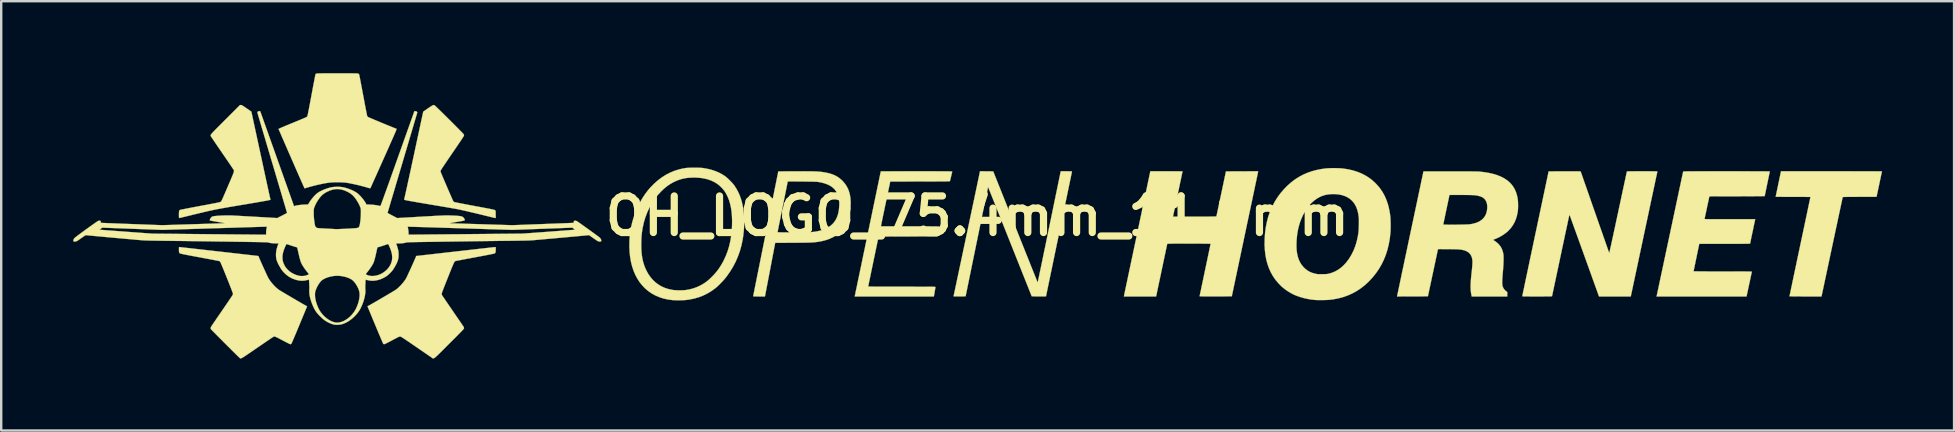
<source format=kicad_pcb>
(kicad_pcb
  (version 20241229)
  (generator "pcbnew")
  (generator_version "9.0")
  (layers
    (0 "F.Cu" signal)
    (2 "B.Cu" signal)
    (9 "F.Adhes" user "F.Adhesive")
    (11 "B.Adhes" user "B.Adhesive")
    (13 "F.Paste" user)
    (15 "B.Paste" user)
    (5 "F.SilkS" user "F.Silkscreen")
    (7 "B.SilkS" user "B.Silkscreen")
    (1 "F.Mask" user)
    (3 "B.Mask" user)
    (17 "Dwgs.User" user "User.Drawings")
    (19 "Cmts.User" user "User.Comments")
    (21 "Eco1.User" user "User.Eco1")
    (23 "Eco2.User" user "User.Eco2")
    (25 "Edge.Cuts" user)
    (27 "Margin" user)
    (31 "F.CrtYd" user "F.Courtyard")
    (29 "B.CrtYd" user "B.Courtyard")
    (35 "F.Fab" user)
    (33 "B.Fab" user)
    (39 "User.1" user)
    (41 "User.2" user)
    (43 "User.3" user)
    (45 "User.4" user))
  (footprint "OH_LOGO_75.4mm_11.9mm"
    (layer "F.Cu")
    (at 37.671 5.949)
    (property "Reference" "OH_LOGO_75.4mm_11.9mm" (at 0 0 0) (layer "F.SilkS") (effects (font (size 1.524 1.524) (thickness 0.3))))
    (attr through_hole board_only exclude_from_pos_files exclude_from_bom)
    (fp_poly (pts (xy 35.778 -1.863) (xy 35.961 -1.863) (xy 36.139 -1.863) (xy 36.311 -1.863) (xy 36.476 -1.862) (xy 36.634 -1.862) (xy 36.783 -1.862) (xy 36.924 -1.862) (xy 37.056 -1.862) (xy 37.177 -1.862) (xy 37.287 -1.862) (xy 37.386 -1.862) (xy 37.472 -1.861) (xy 37.545 -1.861) (xy 37.605 -1.861) (xy 37.649 -1.861) (xy 37.679 -1.861) (xy 37.692 -1.861) (xy 37.693 -1.861) (xy 37.691 -1.852) (xy 37.686 -1.829) (xy 37.679 -1.791) (xy 37.668 -1.741) (xy 37.655 -1.681) (xy 37.64 -1.61) (xy 37.624 -1.532) (xy 37.605 -1.446) (xy 37.586 -1.356) (xy 37.581 -1.329) (xy 37.468 -0.8) (xy 36.765 -0.798) (xy 36.634 -0.797) (xy 36.519 -0.797) (xy 36.42 -0.796) (xy 36.334 -0.796) (xy 36.262 -0.795) (xy 36.203 -0.794) (xy 36.155 -0.793) (xy 36.117 -0.792) (xy 36.09 -0.79) (xy 36.071 -0.789) (xy 36.061 -0.787) (xy 36.058 -0.785) (xy 36.055 -0.776) (xy 36.05 -0.751) (xy 36.041 -0.711) (xy 36.03 -0.656) (xy 36.015 -0.588) (xy 35.997 -0.507) (xy 35.977 -0.413) (xy 35.955 -0.308) (xy 35.93 -0.192) (xy 35.903 -0.065) (xy 35.874 0.07) (xy 35.843 0.215) (xy 35.811 0.368) (xy 35.776 0.528) (xy 35.741 0.695) (xy 35.704 0.867) (xy 35.666 1.045) (xy 35.627 1.228) (xy 35.614 1.289) (xy 35.175 3.353) (xy 34.508 3.353) (xy 34.373 3.353) (xy 34.252 3.352) (xy 34.147 3.352) (xy 34.056 3.351) (xy 33.981 3.35) (xy 33.922 3.349) (xy 33.879 3.348) (xy 33.852 3.346) (xy 33.841 3.345) (xy 33.841 3.344) (xy 33.843 3.336) (xy 33.848 3.311) (xy 33.856 3.271) (xy 33.868 3.216) (xy 33.882 3.148) (xy 33.899 3.067) (xy 33.919 2.974) (xy 33.941 2.869) (xy 33.965 2.753) (xy 33.992 2.626) (xy 34.02 2.491) (xy 34.051 2.346) (xy 34.083 2.194) (xy 34.117 2.034) (xy 34.152 1.867) (xy 34.188 1.694) (xy 34.226 1.517) (xy 34.265 1.334) (xy 34.277 1.274) (xy 34.316 1.091) (xy 34.354 0.911) (xy 34.391 0.737) (xy 34.427 0.568) (xy 34.461 0.406) (xy 34.493 0.252) (xy 34.525 0.105) (xy 34.554 -0.034) (xy 34.581 -0.163) (xy 34.606 -0.282) (xy 34.629 -0.39) (xy 34.649 -0.487) (xy 34.667 -0.572) (xy 34.683 -0.645) (xy 34.695 -0.703) (xy 34.704 -0.747) (xy 34.71 -0.777) (xy 34.713 -0.791) (xy 34.713 -0.792) (xy 34.705 -0.792) (xy 34.681 -0.793) (xy 34.643 -0.793) (xy 34.591 -0.794) (xy 34.527 -0.794) (xy 34.453 -0.795) (xy 34.369 -0.795) (xy 34.276 -0.796) (xy 34.176 -0.796) (xy 34.071 -0.796) (xy 33.989 -0.796) (xy 33.88 -0.796) (xy 33.776 -0.796) (xy 33.678 -0.797) (xy 33.588 -0.797) (xy 33.506 -0.798) (xy 33.434 -0.798) (xy 33.373 -0.799) (xy 33.325 -0.8) (xy 33.29 -0.801) (xy 33.27 -0.802) (xy 33.266 -0.803) (xy 33.267 -0.812) (xy 33.272 -0.836) (xy 33.28 -0.874) (xy 33.29 -0.924) (xy 33.303 -0.986) (xy 33.318 -1.056) (xy 33.334 -1.134) (xy 33.352 -1.219) (xy 33.371 -1.309) (xy 33.371 -1.313) (xy 33.39 -1.403) (xy 33.409 -1.489) (xy 33.425 -1.569) (xy 33.441 -1.642) (xy 33.454 -1.705) (xy 33.465 -1.758) (xy 33.474 -1.799) (xy 33.48 -1.827) (xy 33.482 -1.839) (xy 33.482 -1.839) (xy 33.487 -1.863) (xy 35.59 -1.863) (xy 35.778 -1.863)) (stroke (width 0.01) (type solid)) (fill yes) (layer "F.SilkS"))
    (fp_poly (pts (xy -22.624 -4.619) (xy -22.615 -4.612) (xy -22.595 -4.594) (xy -22.565 -4.567) (xy -22.527 -4.53) (xy -22.48 -4.485) (xy -22.426 -4.433) (xy -22.367 -4.375) (xy -22.302 -4.311) (xy -22.233 -4.244) (xy -22.162 -4.173) (xy -22.088 -4.1) (xy -22.014 -4.026) (xy -21.939 -3.952) (xy -21.865 -3.878) (xy -21.793 -3.807) (xy -21.725 -3.738) (xy -21.66 -3.672) (xy -21.6 -3.611) (xy -21.546 -3.556) (xy -21.498 -3.508) (xy -21.459 -3.467) (xy -21.429 -3.435) (xy -21.408 -3.413) (xy -21.398 -3.401) (xy -21.398 -3.4) (xy -21.389 -3.368) (xy -21.389 -3.348) (xy -21.395 -3.336) (xy -21.411 -3.309) (xy -21.436 -3.27) (xy -21.47 -3.217) (xy -21.514 -3.15) (xy -21.568 -3.07) (xy -21.631 -2.977) (xy -21.703 -2.871) (xy -21.784 -2.752) (xy -21.874 -2.621) (xy -21.953 -2.506) (xy -22.026 -2.399) (xy -22.093 -2.3) (xy -22.153 -2.211) (xy -22.207 -2.131) (xy -22.253 -2.062) (xy -22.292 -2.003) (xy -22.322 -1.956) (xy -22.344 -1.921) (xy -22.357 -1.899) (xy -22.361 -1.892) (xy -22.364 -1.866) (xy -22.363 -1.844) (xy -22.363 -1.843) (xy -22.359 -1.831) (xy -22.348 -1.804) (xy -22.332 -1.765) (xy -22.311 -1.715) (xy -22.287 -1.656) (xy -22.258 -1.589) (xy -22.227 -1.515) (xy -22.193 -1.435) (xy -22.157 -1.353) (xy -22.121 -1.268) (xy -22.084 -1.182) (xy -22.048 -1.098) (xy -22.012 -1.015) (xy -21.978 -0.936) (xy -21.946 -0.863) (xy -21.916 -0.796) (xy -21.891 -0.737) (xy -21.869 -0.688) (xy -21.852 -0.65) (xy -21.84 -0.625) (xy -21.834 -0.614) (xy -21.834 -0.614) (xy -21.814 -0.594) (xy -21.794 -0.581) (xy -21.783 -0.577) (xy -21.756 -0.571) (xy -21.715 -0.563) (xy -21.661 -0.552) (xy -21.594 -0.539) (xy -21.517 -0.523) (xy -21.43 -0.507) (xy -21.335 -0.488) (xy -21.232 -0.469) (xy -21.123 -0.448) (xy -21.009 -0.427) (xy -20.946 -0.415) (xy -20.811 -0.39) (xy -20.691 -0.368) (xy -20.586 -0.348) (xy -20.495 -0.331) (xy -20.416 -0.316) (xy -20.349 -0.303) (xy -20.292 -0.292) (xy -20.245 -0.283) (xy -20.207 -0.275) (xy -20.177 -0.268) (xy -20.153 -0.262) (xy -20.135 -0.257) (xy -20.122 -0.253) (xy -20.112 -0.249) (xy -20.105 -0.245) (xy -20.1 -0.241) (xy -20.096 -0.237) (xy -20.096 -0.237) (xy -20.07 -0.211) (xy -20.068 -0.063) (xy -20.065 0.085) (xy -20.085 0.084) (xy -20.096 0.082) (xy -20.123 0.076) (xy -20.163 0.067) (xy -20.214 0.054) (xy -20.277 0.04) (xy -20.348 0.022) (xy -20.427 0.003) (xy -20.512 -0.017) (xy -20.599 -0.039) (xy -20.787 -0.085) (xy -20.959 -0.126) (xy -21.117 -0.163) (xy -21.26 -0.197) (xy -21.39 -0.226) (xy -21.507 -0.252) (xy -21.612 -0.274) (xy -21.705 -0.293) (xy -21.742 -0.3) (xy -21.772 -0.305) (xy -21.817 -0.313) (xy -21.876 -0.323) (xy -21.948 -0.336) (xy -22.031 -0.35) (xy -22.124 -0.366) (xy -22.227 -0.383) (xy -22.337 -0.402) (xy -22.453 -0.422) (xy -22.574 -0.442) (xy -22.699 -0.463) (xy -22.827 -0.485) (xy -22.839 -0.487) (xy -22.964 -0.508) (xy -23.085 -0.528) (xy -23.201 -0.548) (xy -23.311 -0.567) (xy -23.413 -0.585) (xy -23.507 -0.601) (xy -23.592 -0.616) (xy -23.666 -0.629) (xy -23.727 -0.641) (xy -23.776 -0.65) (xy -23.811 -0.657) (xy -23.83 -0.661) (xy -23.832 -0.662) (xy -23.861 -0.672) (xy -23.876 -0.68) (xy -23.882 -0.688) (xy -23.881 -0.697) (xy -23.877 -0.711) (xy -23.872 -0.728) (xy -23.867 -0.749) (xy -23.86 -0.776) (xy -23.853 -0.808) (xy -23.844 -0.846) (xy -23.834 -0.891) (xy -23.822 -0.943) (xy -23.809 -1.004) (xy -23.793 -1.073) (xy -23.776 -1.152) (xy -23.756 -1.241) (xy -23.735 -1.341) (xy -23.711 -1.452) (xy -23.684 -1.575) (xy -23.655 -1.71) (xy -23.622 -1.859) (xy -23.587 -2.022) (xy -23.549 -2.2) (xy -23.507 -2.393) (xy -23.462 -2.602) (xy -23.461 -2.608) (xy -23.086 -4.348) (xy -22.889 -4.483) (xy -22.837 -4.519) (xy -22.789 -4.551) (xy -22.746 -4.578) (xy -22.71 -4.6) (xy -22.684 -4.615) (xy -22.67 -4.621) (xy -22.669 -4.621) (xy -22.643 -4.621) (xy -22.624 -4.619)) (stroke (width 0.01) (type solid)) (fill yes) (layer "F.SilkS"))
    (fp_poly (pts (xy -30.683 -4.623) (xy -30.671 -4.622) (xy -30.659 -4.619) (xy -30.644 -4.614) (xy -30.625 -4.604) (xy -30.601 -4.589) (xy -30.569 -4.569) (xy -30.528 -4.541) (xy -30.475 -4.505) (xy -30.446 -4.485) (xy -30.248 -4.348) (xy -29.865 -2.574) (xy -29.828 -2.403) (xy -29.792 -2.237) (xy -29.757 -2.075) (xy -29.723 -1.918) (xy -29.691 -1.768) (xy -29.66 -1.626) (xy -29.631 -1.491) (xy -29.603 -1.365) (xy -29.578 -1.248) (xy -29.555 -1.142) (xy -29.534 -1.047) (xy -29.516 -0.964) (xy -29.5 -0.893) (xy -29.488 -0.836) (xy -29.478 -0.794) (xy -29.472 -0.766) (xy -29.469 -0.754) (xy -29.46 -0.726) (xy -29.453 -0.702) (xy -29.45 -0.693) (xy -29.451 -0.684) (xy -29.461 -0.676) (xy -29.484 -0.667) (xy -29.503 -0.661) (xy -29.519 -0.657) (xy -29.551 -0.651) (xy -29.597 -0.642) (xy -29.656 -0.631) (xy -29.727 -0.618) (xy -29.81 -0.604) (xy -29.902 -0.587) (xy -30.004 -0.57) (xy -30.112 -0.551) (xy -30.228 -0.532) (xy -30.349 -0.511) (xy -30.474 -0.49) (xy -30.522 -0.482) (xy -30.692 -0.454) (xy -30.845 -0.428) (xy -30.985 -0.404) (xy -31.113 -0.383) (xy -31.229 -0.363) (xy -31.335 -0.344) (xy -31.432 -0.327) (xy -31.523 -0.311) (xy -31.607 -0.295) (xy -31.688 -0.28) (xy -31.765 -0.264) (xy -31.84 -0.249) (xy -31.915 -0.233) (xy -31.991 -0.216) (xy -32.07 -0.198) (xy -32.152 -0.179) (xy -32.239 -0.159) (xy -32.333 -0.136) (xy -32.435 -0.112) (xy -32.546 -0.085) (xy -32.667 -0.056) (xy -32.702 -0.047) (xy -32.795 -0.024) (xy -32.883 -0.003) (xy -32.965 0.017) (xy -33.04 0.035) (xy -33.106 0.05) (xy -33.161 0.064) (xy -33.205 0.074) (xy -33.236 0.081) (xy -33.252 0.084) (xy -33.254 0.085) (xy -33.259 0.081) (xy -33.262 0.07) (xy -33.264 0.048) (xy -33.265 0.014) (xy -33.266 -0.034) (xy -33.266 -0.055) (xy -33.265 -0.114) (xy -33.263 -0.159) (xy -33.26 -0.191) (xy -33.255 -0.215) (xy -33.246 -0.231) (xy -33.235 -0.244) (xy -33.226 -0.25) (xy -33.215 -0.253) (xy -33.187 -0.26) (xy -33.145 -0.269) (xy -33.089 -0.281) (xy -33.02 -0.294) (xy -32.938 -0.311) (xy -32.845 -0.329) (xy -32.741 -0.348) (xy -32.627 -0.37) (xy -32.505 -0.393) (xy -32.383 -0.416) (xy -32.247 -0.441) (xy -32.126 -0.463) (xy -32.02 -0.483) (xy -31.928 -0.501) (xy -31.848 -0.516) (xy -31.78 -0.529) (xy -31.723 -0.54) (xy -31.675 -0.55) (xy -31.636 -0.558) (xy -31.605 -0.565) (xy -31.581 -0.571) (xy -31.562 -0.576) (xy -31.548 -0.581) (xy -31.537 -0.585) (xy -31.529 -0.589) (xy -31.526 -0.591) (xy -31.519 -0.596) (xy -31.513 -0.602) (xy -31.507 -0.609) (xy -31.499 -0.62) (xy -31.491 -0.634) (xy -31.48 -0.654) (xy -31.468 -0.68) (xy -31.452 -0.714) (xy -31.433 -0.756) (xy -31.41 -0.807) (xy -31.384 -0.868) (xy -31.352 -0.941) (xy -31.315 -1.027) (xy -31.272 -1.127) (xy -31.232 -1.219) (xy -31.183 -1.335) (xy -31.139 -1.436) (xy -31.102 -1.523) (xy -31.071 -1.598) (xy -31.044 -1.662) (xy -31.022 -1.715) (xy -31.005 -1.76) (xy -30.992 -1.796) (xy -30.982 -1.826) (xy -30.976 -1.849) (xy -30.973 -1.868) (xy -30.972 -1.883) (xy -30.973 -1.895) (xy -30.976 -1.905) (xy -30.98 -1.915) (xy -30.983 -1.921) (xy -30.99 -1.931) (xy -31.005 -1.954) (xy -31.029 -1.989) (xy -31.06 -2.035) (xy -31.098 -2.092) (xy -31.142 -2.157) (xy -31.192 -2.23) (xy -31.247 -2.31) (xy -31.306 -2.396) (xy -31.368 -2.487) (xy -31.434 -2.583) (xy -31.463 -2.625) (xy -31.529 -2.722) (xy -31.593 -2.815) (xy -31.653 -2.903) (xy -31.71 -2.986) (xy -31.761 -3.062) (xy -31.808 -3.131) (xy -31.848 -3.191) (xy -31.882 -3.241) (xy -31.909 -3.281) (xy -31.927 -3.309) (xy -31.937 -3.325) (xy -31.939 -3.328) (xy -31.942 -3.337) (xy -31.945 -3.345) (xy -31.946 -3.353) (xy -31.945 -3.363) (xy -31.942 -3.374) (xy -31.935 -3.387) (xy -31.924 -3.403) (xy -31.908 -3.423) (xy -31.887 -3.448) (xy -31.86 -3.477) (xy -31.827 -3.513) (xy -31.786 -3.556) (xy -31.737 -3.605) (xy -31.68 -3.664) (xy -31.613 -3.731) (xy -31.537 -3.807) (xy -31.45 -3.894) (xy -31.352 -3.992) (xy -31.329 -4.015) (xy -30.721 -4.623) (xy -30.683 -4.623)) (stroke (width 0.01) (type solid)) (fill yes) (layer "F.SilkS"))
    (fp_poly (pts (xy 0.388 -1.861) (xy 0.663 -1.858) (xy 1.587 0.455) (xy 1.662 0.644) (xy 1.737 0.83) (xy 1.809 1.011) (xy 1.879 1.186) (xy 1.947 1.356) (xy 2.012 1.519) (xy 2.075 1.675) (xy 2.134 1.823) (xy 2.19 1.963) (xy 2.242 2.094) (xy 2.291 2.215) (xy 2.335 2.326) (xy 2.376 2.426) (xy 2.411 2.515) (xy 2.442 2.592) (xy 2.468 2.656) (xy 2.488 2.706) (xy 2.503 2.743) (xy 2.512 2.765) (xy 2.515 2.772) (xy 2.517 2.764) (xy 2.522 2.74) (xy 2.531 2.701) (xy 2.542 2.648) (xy 2.557 2.58) (xy 2.574 2.499) (xy 2.593 2.406) (xy 2.615 2.3) (xy 2.64 2.184) (xy 2.666 2.056) (xy 2.695 1.919) (xy 2.725 1.773) (xy 2.757 1.617) (xy 2.791 1.454) (xy 2.827 1.284) (xy 2.863 1.107) (xy 2.901 0.924) (xy 2.94 0.735) (xy 2.98 0.542) (xy 2.997 0.457) (xy 3.476 -1.863) (xy 3.711 -1.863) (xy 3.772 -1.862) (xy 3.827 -1.862) (xy 3.874 -1.861) (xy 3.911 -1.86) (xy 3.935 -1.859) (xy 3.945 -1.858) (xy 3.945 -1.857) (xy 3.944 -1.849) (xy 3.939 -1.824) (xy 3.93 -1.784) (xy 3.919 -1.73) (xy 3.905 -1.661) (xy 3.888 -1.579) (xy 3.868 -1.484) (xy 3.846 -1.377) (xy 3.821 -1.259) (xy 3.794 -1.129) (xy 3.765 -0.989) (xy 3.734 -0.84) (xy 3.701 -0.681) (xy 3.666 -0.514) (xy 3.63 -0.34) (xy 3.592 -0.158) (xy 3.553 0.03) (xy 3.512 0.225) (xy 3.471 0.424) (xy 3.428 0.628) (xy 3.404 0.745) (xy 3.361 0.952) (xy 3.318 1.154) (xy 3.277 1.351) (xy 3.237 1.543) (xy 3.199 1.729) (xy 3.161 1.907) (xy 3.126 2.079) (xy 3.092 2.242) (xy 3.059 2.397) (xy 3.029 2.542) (xy 3.001 2.677) (xy 2.975 2.802) (xy 2.951 2.916) (xy 2.93 3.018) (xy 2.912 3.107) (xy 2.896 3.183) (xy 2.883 3.246) (xy 2.873 3.294) (xy 2.866 3.327) (xy 2.862 3.345) (xy 2.862 3.348) (xy 2.854 3.349) (xy 2.83 3.35) (xy 2.794 3.351) (xy 2.747 3.351) (xy 2.69 3.351) (xy 2.626 3.351) (xy 2.565 3.351) (xy 2.268 3.349) (xy 1.36 1.07) (xy 1.285 0.882) (xy 1.212 0.698) (xy 1.14 0.518) (xy 1.071 0.344) (xy 1.004 0.176) (xy 0.94 0.015) (xy 0.878 -0.139) (xy 0.819 -0.286) (xy 0.764 -0.423) (xy 0.713 -0.552) (xy 0.665 -0.671) (xy 0.621 -0.78) (xy 0.582 -0.878) (xy 0.547 -0.964) (xy 0.517 -1.038) (xy 0.492 -1.099) (xy 0.473 -1.147) (xy 0.459 -1.181) (xy 0.451 -1.201) (xy 0.449 -1.205) (xy 0.447 -1.196) (xy 0.441 -1.172) (xy 0.433 -1.132) (xy 0.422 -1.078) (xy 0.407 -1.01) (xy 0.39 -0.929) (xy 0.371 -0.835) (xy 0.349 -0.729) (xy 0.325 -0.612) (xy 0.299 -0.484) (xy 0.27 -0.347) (xy 0.24 -0.2) (xy 0.208 -0.045) (xy 0.175 0.118) (xy 0.14 0.288) (xy 0.103 0.465) (xy 0.066 0.647) (xy 0.027 0.835) (xy -0.012 1.027) (xy -0.022 1.074) (xy -0.488 3.349) (xy -0.74 3.351) (xy -0.812 3.351) (xy -0.868 3.352) (xy -0.912 3.352) (xy -0.943 3.351) (xy -0.965 3.35) (xy -0.979 3.348) (xy -0.986 3.345) (xy -0.988 3.342) (xy -0.987 3.338) (xy -0.985 3.329) (xy -0.98 3.304) (xy -0.972 3.264) (xy -0.96 3.21) (xy -0.946 3.143) (xy -0.929 3.062) (xy -0.909 2.97) (xy -0.887 2.867) (xy -0.863 2.753) (xy -0.837 2.629) (xy -0.809 2.497) (xy -0.779 2.356) (xy -0.748 2.208) (xy -0.715 2.054) (xy -0.681 1.894) (xy -0.646 1.729) (xy -0.61 1.559) (xy -0.574 1.386) (xy -0.536 1.21) (xy -0.499 1.033) (xy -0.461 0.854) (xy -0.423 0.675) (xy -0.385 0.496) (xy -0.348 0.318) (xy -0.311 0.142) (xy -0.274 -0.031) (xy -0.238 -0.201) (xy -0.203 -0.366) (xy -0.169 -0.527) (xy -0.136 -0.681) (xy -0.105 -0.83) (xy -0.075 -0.971) (xy -0.047 -1.104) (xy -0.021 -1.228) (xy 0.003 -1.342) (xy 0.025 -1.446) (xy 0.045 -1.54) (xy 0.062 -1.621) (xy 0.076 -1.689) (xy 0.088 -1.744) (xy 0.096 -1.785) (xy 0.102 -1.811) (xy 0.103 -1.818) (xy 0.112 -1.863) (xy 0.388 -1.861)) (stroke (width 0.01) (type solid)) (fill yes) (layer "F.SilkS"))
    (fp_poly (pts (xy 14.919 -1.993) (xy 15.013 -1.991) (xy 15.101 -1.988) (xy 15.179 -1.983) (xy 15.227 -1.978) (xy 15.436 -1.947) (xy 15.633 -1.903) (xy 15.819 -1.846) (xy 15.994 -1.777) (xy 16.158 -1.694) (xy 16.312 -1.599) (xy 16.456 -1.49) (xy 16.59 -1.368) (xy 16.713 -1.233) (xy 16.797 -1.127) (xy 16.894 -0.981) (xy 16.979 -0.824) (xy 17.051 -0.655) (xy 17.112 -0.476) (xy 17.159 -0.285) (xy 17.195 -0.085) (xy 17.209 0.03) (xy 17.214 0.096) (xy 17.218 0.175) (xy 17.221 0.263) (xy 17.222 0.356) (xy 17.222 0.449) (xy 17.221 0.539) (xy 17.218 0.622) (xy 17.214 0.693) (xy 17.213 0.698) (xy 17.186 0.943) (xy 17.144 1.179) (xy 17.089 1.404) (xy 17.02 1.62) (xy 16.937 1.827) (xy 16.84 2.025) (xy 16.729 2.214) (xy 16.603 2.395) (xy 16.463 2.568) (xy 16.311 2.731) (xy 16.155 2.875) (xy 15.991 3.005) (xy 15.819 3.12) (xy 15.64 3.22) (xy 15.452 3.305) (xy 15.256 3.375) (xy 15.052 3.431) (xy 14.84 3.472) (xy 14.679 3.492) (xy 14.636 3.496) (xy 14.579 3.499) (xy 14.512 3.501) (xy 14.438 3.503) (xy 14.362 3.504) (xy 14.287 3.504) (xy 14.216 3.504) (xy 14.152 3.503) (xy 14.1 3.501) (xy 14.08 3.499) (xy 13.923 3.483) (xy 13.764 3.456) (xy 13.605 3.421) (xy 13.451 3.377) (xy 13.307 3.327) (xy 13.211 3.287) (xy 13.084 3.224) (xy 12.957 3.149) (xy 12.834 3.065) (xy 12.722 2.976) (xy 12.676 2.936) (xy 12.545 2.803) (xy 12.426 2.662) (xy 12.322 2.511) (xy 12.231 2.351) (xy 12.154 2.182) (xy 12.09 2.002) (xy 12.04 1.813) (xy 12.003 1.614) (xy 11.98 1.404) (xy 11.969 1.185) (xy 11.97 1.176) (xy 13.297 1.176) (xy 13.299 1.313) (xy 13.307 1.441) (xy 13.323 1.556) (xy 13.327 1.579) (xy 13.358 1.711) (xy 13.399 1.83) (xy 13.451 1.938) (xy 13.514 2.037) (xy 13.59 2.129) (xy 13.604 2.144) (xy 13.687 2.22) (xy 13.775 2.284) (xy 13.871 2.336) (xy 13.977 2.377) (xy 14.094 2.408) (xy 14.186 2.425) (xy 14.202 2.426) (xy 14.232 2.426) (xy 14.273 2.427) (xy 14.322 2.426) (xy 14.376 2.426) (xy 14.389 2.426) (xy 14.456 2.424) (xy 14.509 2.423) (xy 14.552 2.42) (xy 14.587 2.416) (xy 14.618 2.411) (xy 14.639 2.406) (xy 14.779 2.365) (xy 14.912 2.309) (xy 15.037 2.238) (xy 15.156 2.152) (xy 15.268 2.051) (xy 15.374 1.935) (xy 15.474 1.802) (xy 15.504 1.757) (xy 15.6 1.596) (xy 15.683 1.427) (xy 15.752 1.248) (xy 15.809 1.059) (xy 15.853 0.859) (xy 15.88 0.694) (xy 15.885 0.644) (xy 15.89 0.582) (xy 15.893 0.51) (xy 15.896 0.433) (xy 15.898 0.354) (xy 15.899 0.275) (xy 15.899 0.201) (xy 15.898 0.134) (xy 15.896 0.078) (xy 15.892 0.042) (xy 15.87 -0.103) (xy 15.839 -0.235) (xy 15.797 -0.353) (xy 15.745 -0.46) (xy 15.683 -0.555) (xy 15.61 -0.639) (xy 15.609 -0.64) (xy 15.52 -0.717) (xy 15.42 -0.781) (xy 15.31 -0.832) (xy 15.188 -0.871) (xy 15.057 -0.898) (xy 14.915 -0.911) (xy 14.774 -0.912) (xy 14.638 -0.901) (xy 14.511 -0.879) (xy 14.393 -0.845) (xy 14.28 -0.798) (xy 14.169 -0.737) (xy 14.144 -0.722) (xy 14.033 -0.641) (xy 13.928 -0.546) (xy 13.828 -0.436) (xy 13.735 -0.314) (xy 13.649 -0.18) (xy 13.57 -0.036) (xy 13.501 0.116) (xy 13.441 0.276) (xy 13.392 0.443) (xy 13.386 0.464) (xy 13.356 0.601) (xy 13.332 0.743) (xy 13.314 0.888) (xy 13.303 1.034) (xy 13.297 1.176) (xy 11.97 1.176) (xy 11.973 0.955) (xy 11.989 0.713) (xy 12.019 0.481) (xy 12.062 0.258) (xy 12.118 0.044) (xy 12.188 -0.162) (xy 12.272 -0.361) (xy 12.37 -0.553) (xy 12.416 -0.633) (xy 12.524 -0.801) (xy 12.646 -0.964) (xy 12.779 -1.118) (xy 12.921 -1.263) (xy 13.07 -1.395) (xy 13.225 -1.513) (xy 13.271 -1.545) (xy 13.43 -1.644) (xy 13.593 -1.729) (xy 13.762 -1.802) (xy 13.938 -1.863) (xy 14.124 -1.913) (xy 14.32 -1.953) (xy 14.495 -1.978) (xy 14.561 -1.984) (xy 14.641 -1.989) (xy 14.729 -1.992) (xy 14.824 -1.994) (xy 14.919 -1.993)) (stroke (width 0.01) (type solid)) (fill yes) (layer "F.SilkS"))
    (fp_poly (pts (xy 11.697 -1.831) (xy 11.695 -1.82) (xy 11.689 -1.794) (xy 11.68 -1.752) (xy 11.669 -1.695) (xy 11.654 -1.624) (xy 11.636 -1.54) (xy 11.616 -1.444) (xy 11.593 -1.335) (xy 11.567 -1.215) (xy 11.54 -1.084) (xy 11.51 -0.942) (xy 11.478 -0.792) (xy 11.445 -0.632) (xy 11.409 -0.464) (xy 11.372 -0.288) (xy 11.333 -0.106) (xy 11.294 0.083) (xy 11.252 0.277) (xy 11.21 0.477) (xy 11.167 0.681) (xy 11.147 0.775) (xy 10.603 3.349) (xy 9.933 3.351) (xy 9.795 3.351) (xy 9.675 3.351) (xy 9.57 3.351) (xy 9.481 3.351) (xy 9.408 3.35) (xy 9.35 3.349) (xy 9.307 3.348) (xy 9.279 3.347) (xy 9.265 3.345) (xy 9.263 3.344) (xy 9.264 3.335) (xy 9.269 3.31) (xy 9.277 3.271) (xy 9.288 3.218) (xy 9.302 3.152) (xy 9.318 3.075) (xy 9.337 2.986) (xy 9.357 2.889) (xy 9.38 2.782) (xy 9.404 2.668) (xy 9.429 2.547) (xy 9.456 2.42) (xy 9.484 2.289) (xy 9.491 2.253) (xy 9.519 2.12) (xy 9.546 1.992) (xy 9.572 1.87) (xy 9.596 1.754) (xy 9.619 1.645) (xy 9.64 1.545) (xy 9.659 1.454) (xy 9.676 1.373) (xy 9.69 1.304) (xy 9.702 1.248) (xy 9.711 1.205) (xy 9.717 1.176) (xy 9.72 1.162) (xy 9.72 1.161) (xy 9.715 1.16) (xy 9.702 1.158) (xy 9.678 1.157) (xy 9.644 1.156) (xy 9.599 1.155) (xy 9.542 1.154) (xy 9.473 1.153) (xy 9.39 1.153) (xy 9.294 1.152) (xy 9.182 1.152) (xy 9.056 1.152) (xy 8.914 1.151) (xy 8.819 1.151) (xy 8.675 1.151) (xy 8.548 1.152) (xy 8.436 1.152) (xy 8.338 1.152) (xy 8.253 1.152) (xy 8.18 1.152) (xy 8.118 1.153) (xy 8.067 1.153) (xy 8.025 1.154) (xy 7.992 1.155) (xy 7.966 1.156) (xy 7.946 1.157) (xy 7.932 1.159) (xy 7.923 1.16) (xy 7.917 1.162) (xy 7.914 1.164) (xy 7.913 1.166) (xy 7.911 1.176) (xy 7.905 1.202) (xy 7.896 1.242) (xy 7.885 1.296) (xy 7.871 1.362) (xy 7.854 1.44) (xy 7.836 1.528) (xy 7.815 1.626) (xy 7.792 1.733) (xy 7.768 1.847) (xy 7.742 1.968) (xy 7.716 2.095) (xy 7.688 2.226) (xy 7.683 2.248) (xy 7.656 2.38) (xy 7.629 2.507) (xy 7.603 2.629) (xy 7.578 2.745) (xy 7.555 2.853) (xy 7.534 2.953) (xy 7.515 3.044) (xy 7.498 3.124) (xy 7.484 3.193) (xy 7.472 3.249) (xy 7.463 3.292) (xy 7.457 3.32) (xy 7.454 3.333) (xy 7.454 3.334) (xy 7.449 3.353) (xy 6.107 3.353) (xy 6.134 3.224) (xy 6.138 3.205) (xy 6.145 3.17) (xy 6.156 3.12) (xy 6.169 3.056) (xy 6.186 2.978) (xy 6.205 2.886) (xy 6.227 2.782) (xy 6.252 2.667) (xy 6.278 2.54) (xy 6.307 2.403) (xy 6.338 2.256) (xy 6.371 2.101) (xy 6.406 1.936) (xy 6.442 1.765) (xy 6.48 1.586) (xy 6.519 1.401) (xy 6.559 1.211) (xy 6.601 1.015) (xy 6.643 0.815) (xy 6.685 0.616) (xy 7.209 -1.863) (xy 7.88 -1.863) (xy 7.985 -1.863) (xy 8.085 -1.863) (xy 8.179 -1.862) (xy 8.265 -1.862) (xy 8.342 -1.862) (xy 8.409 -1.862) (xy 8.465 -1.861) (xy 8.508 -1.861) (xy 8.537 -1.861) (xy 8.55 -1.86) (xy 8.551 -1.86) (xy 8.55 -1.851) (xy 8.545 -1.828) (xy 8.537 -1.79) (xy 8.526 -1.739) (xy 8.513 -1.677) (xy 8.498 -1.605) (xy 8.481 -1.524) (xy 8.462 -1.435) (xy 8.442 -1.34) (xy 8.421 -1.24) (xy 8.399 -1.136) (xy 8.376 -1.03) (xy 8.354 -0.922) (xy 8.331 -0.815) (xy 8.308 -0.708) (xy 8.286 -0.605) (xy 8.265 -0.505) (xy 8.245 -0.411) (xy 8.226 -0.323) (xy 8.209 -0.242) (xy 8.194 -0.171) (xy 8.181 -0.11) (xy 8.171 -0.06) (xy 8.163 -0.024) (xy 8.158 -0.001) (xy 8.156 0.006) (xy 8.152 0.025) (xy 9.054 0.025) (xy 9.199 0.025) (xy 9.327 0.025) (xy 9.44 0.025) (xy 9.539 0.025) (xy 9.625 0.025) (xy 9.699 0.024) (xy 9.761 0.024) (xy 9.812 0.023) (xy 9.855 0.022) (xy 9.888 0.022) (xy 9.914 0.02) (xy 9.934 0.019) (xy 9.947 0.018) (xy 9.956 0.016) (xy 9.961 0.014) (xy 9.962 0.012) (xy 9.965 0.002) (xy 9.97 -0.023) (xy 9.979 -0.063) (xy 9.991 -0.116) (xy 10.005 -0.181) (xy 10.021 -0.258) (xy 10.04 -0.345) (xy 10.06 -0.441) (xy 10.082 -0.545) (xy 10.106 -0.656) (xy 10.131 -0.773) (xy 10.156 -0.894) (xy 10.164 -0.93) (xy 10.36 -1.858) (xy 11.031 -1.861) (xy 11.702 -1.863) (xy 11.697 -1.831)) (stroke (width 0.01) (type solid)) (fill yes) (layer "F.SilkS"))
    (fp_poly (pts (xy -7.16 -1.862) (xy -7.058 -1.861) (xy -6.969 -1.861) (xy -6.89 -1.86) (xy -6.82 -1.858) (xy -6.758 -1.857) (xy -6.703 -1.854) (xy -6.653 -1.852) (xy -6.607 -1.848) (xy -6.564 -1.845) (xy -6.523 -1.84) (xy -6.481 -1.835) (xy -6.439 -1.829) (xy -6.43 -1.828) (xy -6.284 -1.803) (xy -6.152 -1.772) (xy -6.033 -1.733) (xy -5.924 -1.687) (xy -5.825 -1.631) (xy -5.732 -1.566) (xy -5.645 -1.491) (xy -5.6 -1.445) (xy -5.513 -1.343) (xy -5.44 -1.233) (xy -5.38 -1.114) (xy -5.334 -0.986) (xy -5.302 -0.848) (xy -5.282 -0.7) (xy -5.276 -0.543) (xy -5.278 -0.461) (xy -5.291 -0.285) (xy -5.315 -0.121) (xy -5.35 0.032) (xy -5.397 0.175) (xy -5.456 0.31) (xy -5.527 0.436) (xy -5.546 0.466) (xy -5.589 0.524) (xy -5.642 0.586) (xy -5.703 0.65) (xy -5.767 0.711) (xy -5.83 0.765) (xy -5.89 0.81) (xy -5.898 0.815) (xy -6.023 0.889) (xy -6.162 0.953) (xy -6.312 1.006) (xy -6.473 1.047) (xy -6.645 1.078) (xy -6.651 1.079) (xy -6.691 1.084) (xy -6.731 1.089) (xy -6.771 1.093) (xy -6.813 1.097) (xy -6.857 1.1) (xy -6.906 1.103) (xy -6.96 1.106) (xy -7.021 1.108) (xy -7.091 1.109) (xy -7.17 1.111) (xy -7.26 1.112) (xy -7.362 1.113) (xy -7.478 1.114) (xy -7.608 1.115) (xy -7.692 1.115) (xy -8.421 1.119) (xy -8.627 2.196) (xy -8.652 2.329) (xy -8.677 2.458) (xy -8.701 2.582) (xy -8.723 2.7) (xy -8.744 2.81) (xy -8.764 2.913) (xy -8.782 3.006) (xy -8.798 3.088) (xy -8.811 3.16) (xy -8.823 3.219) (xy -8.831 3.264) (xy -8.838 3.296) (xy -8.841 3.312) (xy -8.841 3.313) (xy -8.849 3.353) (xy -9.094 3.353) (xy -9.168 3.353) (xy -9.227 3.352) (xy -9.271 3.351) (xy -9.303 3.35) (xy -9.324 3.348) (xy -9.335 3.345) (xy -9.339 3.342) (xy -9.337 3.333) (xy -9.332 3.308) (xy -9.324 3.268) (xy -9.313 3.213) (xy -9.299 3.144) (xy -9.283 3.061) (xy -9.264 2.966) (xy -9.242 2.858) (xy -9.218 2.739) (xy -9.192 2.609) (xy -9.164 2.469) (xy -9.134 2.319) (xy -9.102 2.16) (xy -9.068 1.993) (xy -9.033 1.818) (xy -8.996 1.635) (xy -8.958 1.447) (xy -8.919 1.252) (xy -8.879 1.052) (xy -8.837 0.848) (xy -8.815 0.737) (xy -8.803 0.676) (xy -8.323 0.676) (xy -8.315 0.677) (xy -8.291 0.679) (xy -8.253 0.681) (xy -8.204 0.682) (xy -8.143 0.683) (xy -8.073 0.684) (xy -7.996 0.685) (xy -7.913 0.685) (xy -7.824 0.686) (xy -7.733 0.686) (xy -7.64 0.686) (xy -7.548 0.686) (xy -7.457 0.686) (xy -7.369 0.685) (xy -7.285 0.684) (xy -7.208 0.683) (xy -7.139 0.682) (xy -7.079 0.681) (xy -7.03 0.679) (xy -6.996 0.677) (xy -6.842 0.664) (xy -6.703 0.645) (xy -6.575 0.618) (xy -6.457 0.584) (xy -6.347 0.541) (xy -6.31 0.525) (xy -6.199 0.465) (xy -6.1 0.395) (xy -6.014 0.315) (xy -5.941 0.225) (xy -5.88 0.124) (xy -5.831 0.012) (xy -5.794 -0.112) (xy -5.768 -0.247) (xy -5.754 -0.395) (xy -5.751 -0.445) (xy -5.751 -0.561) (xy -5.758 -0.665) (xy -5.773 -0.758) (xy -5.796 -0.844) (xy -5.827 -0.925) (xy -5.829 -0.928) (xy -5.878 -1.019) (xy -5.939 -1.101) (xy -6.01 -1.173) (xy -6.094 -1.236) (xy -6.189 -1.29) (xy -6.299 -1.337) (xy -6.421 -1.375) (xy -6.559 -1.406) (xy -6.659 -1.423) (xy -6.677 -1.425) (xy -6.709 -1.426) (xy -6.754 -1.428) (xy -6.811 -1.429) (xy -6.876 -1.431) (xy -6.949 -1.432) (xy -7.029 -1.433) (xy -7.113 -1.435) (xy -7.201 -1.436) (xy -7.289 -1.437) (xy -7.378 -1.438) (xy -7.464 -1.438) (xy -7.548 -1.439) (xy -7.626 -1.439) (xy -7.697 -1.439) (xy -7.761 -1.439) (xy -7.814 -1.439) (xy -7.856 -1.438) (xy -7.884 -1.437) (xy -7.898 -1.436) (xy -7.899 -1.436) (xy -7.901 -1.427) (xy -7.906 -1.403) (xy -7.914 -1.364) (xy -7.924 -1.311) (xy -7.937 -1.246) (xy -7.953 -1.169) (xy -7.97 -1.082) (xy -7.99 -0.985) (xy -8.011 -0.879) (xy -8.034 -0.766) (xy -8.058 -0.646) (xy -8.083 -0.52) (xy -8.11 -0.39) (xy -8.111 -0.383) (xy -8.137 -0.252) (xy -8.163 -0.126) (xy -8.187 -0.006) (xy -8.21 0.109) (xy -8.231 0.215) (xy -8.251 0.313) (xy -8.269 0.401) (xy -8.284 0.479) (xy -8.297 0.546) (xy -8.308 0.599) (xy -8.316 0.64) (xy -8.321 0.665) (xy -8.323 0.675) (xy -8.323 0.676) (xy -8.803 0.676) (xy -8.292 -1.858) (xy -7.547 -1.861) (xy -7.403 -1.861) (xy -7.274 -1.862) (xy -7.16 -1.862)) (stroke (width 0.01) (type solid)) (fill yes) (layer "F.SilkS"))
    (fp_poly (pts (xy -11.706 -2.01) (xy -11.641 -2.01) (xy -11.587 -2.009) (xy -11.543 -2.007) (xy -11.504 -2.005) (xy -11.469 -2.002) (xy -11.435 -1.998) (xy -11.4 -1.993) (xy -11.388 -1.991) (xy -11.211 -1.958) (xy -11.047 -1.915) (xy -10.894 -1.863) (xy -10.751 -1.8) (xy -10.616 -1.726) (xy -10.511 -1.658) (xy -10.47 -1.626) (xy -10.421 -1.584) (xy -10.367 -1.534) (xy -10.311 -1.48) (xy -10.257 -1.425) (xy -10.207 -1.371) (xy -10.163 -1.321) (xy -10.13 -1.278) (xy -10.127 -1.274) (xy -10.039 -1.139) (xy -9.964 -1) (xy -9.899 -0.855) (xy -9.845 -0.701) (xy -9.8 -0.54) (xy -9.764 -0.367) (xy -9.738 -0.183) (xy -9.721 0.01) (xy -9.714 0.209) (xy -9.717 0.413) (xy -9.73 0.619) (xy -9.753 0.825) (xy -9.775 0.974) (xy -9.825 1.216) (xy -9.89 1.452) (xy -9.971 1.679) (xy -10.066 1.899) (xy -10.177 2.113) (xy -10.303 2.32) (xy -10.445 2.52) (xy -10.493 2.582) (xy -10.535 2.632) (xy -10.586 2.689) (xy -10.642 2.75) (xy -10.702 2.812) (xy -10.762 2.872) (xy -10.82 2.927) (xy -10.872 2.974) (xy -10.914 3.009) (xy -11.074 3.125) (xy -11.242 3.227) (xy -11.417 3.313) (xy -11.6 3.384) (xy -11.79 3.439) (xy -11.988 3.48) (xy -12.143 3.501) (xy -12.203 3.506) (xy -12.275 3.509) (xy -12.355 3.511) (xy -12.438 3.512) (xy -12.521 3.512) (xy -12.598 3.51) (xy -12.665 3.507) (xy -12.704 3.504) (xy -12.893 3.479) (xy -13.071 3.44) (xy -13.24 3.386) (xy -13.4 3.319) (xy -13.551 3.238) (xy -13.692 3.143) (xy -13.824 3.034) (xy -13.857 3.003) (xy -13.973 2.88) (xy -14.079 2.745) (xy -14.173 2.597) (xy -14.256 2.439) (xy -14.327 2.269) (xy -14.386 2.09) (xy -14.433 1.901) (xy -14.466 1.704) (xy -14.469 1.682) (xy -14.49 1.471) (xy -14.497 1.29) (xy -14.002 1.29) (xy -13.995 1.46) (xy -13.98 1.618) (xy -13.957 1.766) (xy -13.926 1.905) (xy -13.886 2.037) (xy -13.838 2.165) (xy -13.792 2.265) (xy -13.713 2.41) (xy -13.623 2.541) (xy -13.523 2.659) (xy -13.413 2.763) (xy -13.293 2.854) (xy -13.164 2.931) (xy -13.025 2.994) (xy -12.877 3.042) (xy -12.72 3.077) (xy -12.666 3.085) (xy -12.607 3.091) (xy -12.536 3.095) (xy -12.457 3.097) (xy -12.375 3.098) (xy -12.294 3.096) (xy -12.219 3.093) (xy -12.155 3.087) (xy -12.14 3.085) (xy -11.977 3.056) (xy -11.816 3.012) (xy -11.66 2.953) (xy -11.511 2.881) (xy -11.397 2.814) (xy -11.334 2.771) (xy -11.277 2.73) (xy -11.223 2.687) (xy -11.169 2.64) (xy -11.11 2.584) (xy -11.053 2.528) (xy -10.947 2.417) (xy -10.852 2.305) (xy -10.766 2.19) (xy -10.686 2.066) (xy -10.608 1.932) (xy -10.57 1.858) (xy -10.48 1.667) (xy -10.404 1.468) (xy -10.341 1.262) (xy -10.291 1.046) (xy -10.254 0.821) (xy -10.23 0.586) (xy -10.22 0.412) (xy -10.217 0.201) (xy -10.224 0.004) (xy -10.239 -0.181) (xy -10.265 -0.353) (xy -10.301 -0.513) (xy -10.346 -0.663) (xy -10.402 -0.802) (xy -10.468 -0.932) (xy -10.525 -1.025) (xy -10.568 -1.082) (xy -10.621 -1.144) (xy -10.68 -1.206) (xy -10.742 -1.264) (xy -10.803 -1.315) (xy -10.842 -1.343) (xy -10.963 -1.417) (xy -11.093 -1.478) (xy -11.231 -1.526) (xy -11.379 -1.563) (xy -11.537 -1.587) (xy -11.706 -1.6) (xy -11.815 -1.602) (xy -11.976 -1.596) (xy -12.126 -1.581) (xy -12.269 -1.554) (xy -12.406 -1.515) (xy -12.542 -1.463) (xy -12.66 -1.408) (xy -12.793 -1.333) (xy -12.92 -1.247) (xy -13.044 -1.147) (xy -13.167 -1.032) (xy -13.17 -1.029) (xy -13.312 -0.875) (xy -13.441 -0.71) (xy -13.558 -0.534) (xy -13.662 -0.348) (xy -13.752 -0.153) (xy -13.83 0.051) (xy -13.893 0.262) (xy -13.941 0.481) (xy -13.948 0.518) (xy -13.963 0.61) (xy -13.976 0.696) (xy -13.985 0.779) (xy -13.992 0.863) (xy -13.997 0.954) (xy -14 1.056) (xy -14.001 1.107) (xy -14.002 1.29) (xy -14.497 1.29) (xy -14.498 1.253) (xy -14.495 1.033) (xy -14.479 0.818) (xy -14.469 0.728) (xy -14.433 0.503) (xy -14.384 0.281) (xy -14.321 0.062) (xy -14.246 -0.151) (xy -14.159 -0.358) (xy -14.061 -0.557) (xy -13.952 -0.746) (xy -13.833 -0.925) (xy -13.706 -1.091) (xy -13.608 -1.202) (xy -13.457 -1.354) (xy -13.302 -1.49) (xy -13.142 -1.61) (xy -12.977 -1.715) (xy -12.806 -1.803) (xy -12.63 -1.877) (xy -12.447 -1.935) (xy -12.332 -1.963) (xy -12.272 -1.976) (xy -12.218 -1.986) (xy -12.168 -1.994) (xy -12.118 -2.001) (xy -12.066 -2.005) (xy -12.009 -2.008) (xy -11.944 -2.01) (xy -11.867 -2.01) (xy -11.786 -2.01) (xy -11.706 -2.01)) (stroke (width 0.01) (type solid)) (fill yes) (layer "F.SilkS"))
    (fp_poly (pts (xy -26.707 -5.944) (xy -26.665 -5.944) (xy -26.526 -5.944) (xy -26.402 -5.944) (xy -26.293 -5.943) (xy -26.198 -5.943) (xy -26.117 -5.943) (xy -26.047 -5.943) (xy -25.988 -5.942) (xy -25.939 -5.941) (xy -25.899 -5.94) (xy -25.867 -5.94) (xy -25.842 -5.938) (xy -25.823 -5.937) (xy -25.81 -5.935) (xy -25.8 -5.933) (xy -25.793 -5.931) (xy -25.789 -5.93) (xy -25.769 -5.913) (xy -25.756 -5.896) (xy -25.754 -5.885) (xy -25.748 -5.858) (xy -25.74 -5.817) (xy -25.729 -5.763) (xy -25.716 -5.697) (xy -25.701 -5.62) (xy -25.685 -5.533) (xy -25.667 -5.438) (xy -25.647 -5.335) (xy -25.626 -5.225) (xy -25.605 -5.111) (xy -25.59 -5.033) (xy -25.568 -4.915) (xy -25.547 -4.802) (xy -25.527 -4.694) (xy -25.508 -4.594) (xy -25.49 -4.501) (xy -25.473 -4.417) (xy -25.459 -4.343) (xy -25.447 -4.281) (xy -25.436 -4.231) (xy -25.429 -4.194) (xy -25.424 -4.173) (xy -25.422 -4.167) (xy -25.406 -4.144) (xy -25.39 -4.126) (xy -25.38 -4.121) (xy -25.356 -4.11) (xy -25.319 -4.094) (xy -25.271 -4.073) (xy -25.213 -4.048) (xy -25.147 -4.02) (xy -25.075 -3.99) (xy -24.997 -3.957) (xy -24.915 -3.923) (xy -24.832 -3.888) (xy -24.747 -3.853) (xy -24.664 -3.819) (xy -24.582 -3.785) (xy -24.505 -3.754) (xy -24.433 -3.724) (xy -24.367 -3.698) (xy -24.31 -3.675) (xy -24.263 -3.656) (xy -24.227 -3.642) (xy -24.204 -3.633) (xy -24.196 -3.631) (xy -24.195 -3.628) (xy -24.197 -3.62) (xy -24.202 -3.606) (xy -24.21 -3.585) (xy -24.221 -3.557) (xy -24.235 -3.521) (xy -24.254 -3.477) (xy -24.277 -3.424) (xy -24.304 -3.361) (xy -24.336 -3.288) (xy -24.373 -3.204) (xy -24.416 -3.108) (xy -24.464 -3) (xy -24.517 -2.879) (xy -24.577 -2.745) (xy -24.643 -2.597) (xy -24.716 -2.434) (xy -24.731 -2.4) (xy -24.792 -2.264) (xy -24.852 -2.131) (xy -24.909 -2.003) (xy -24.963 -1.882) (xy -25.015 -1.766) (xy -25.063 -1.659) (xy -25.108 -1.559) (xy -25.149 -1.469) (xy -25.185 -1.388) (xy -25.216 -1.319) (xy -25.242 -1.261) (xy -25.263 -1.215) (xy -25.278 -1.183) (xy -25.286 -1.164) (xy -25.288 -1.16) (xy -25.293 -1.156) (xy -25.304 -1.156) (xy -25.322 -1.158) (xy -25.35 -1.165) (xy -25.391 -1.177) (xy -25.418 -1.185) (xy -25.539 -1.22) (xy -25.67 -1.254) (xy -25.804 -1.288) (xy -25.94 -1.319) (xy -26.071 -1.346) (xy -26.193 -1.37) (xy -26.281 -1.385) (xy -26.331 -1.391) (xy -26.396 -1.396) (xy -26.47 -1.4) (xy -26.551 -1.403) (xy -26.636 -1.404) (xy -26.721 -1.404) (xy -26.802 -1.403) (xy -26.876 -1.4) (xy -26.94 -1.396) (xy -26.974 -1.393) (xy -27.071 -1.38) (xy -27.18 -1.362) (xy -27.299 -1.339) (xy -27.424 -1.312) (xy -27.552 -1.283) (xy -27.679 -1.251) (xy -27.802 -1.218) (xy -27.887 -1.193) (xy -27.933 -1.179) (xy -27.973 -1.168) (xy -28.005 -1.159) (xy -28.025 -1.153) (xy -28.031 -1.152) (xy -28.035 -1.159) (xy -28.046 -1.182) (xy -28.062 -1.218) (xy -28.084 -1.267) (xy -28.112 -1.329) (xy -28.144 -1.402) (xy -28.181 -1.485) (xy -28.222 -1.578) (xy -28.267 -1.681) (xy -28.315 -1.791) (xy -28.367 -1.908) (xy -28.421 -2.032) (xy -28.478 -2.162) (xy -28.537 -2.296) (xy -28.575 -2.384) (xy -28.635 -2.521) (xy -28.693 -2.654) (xy -28.749 -2.782) (xy -28.802 -2.904) (xy -28.852 -3.02) (xy -28.899 -3.128) (xy -28.943 -3.228) (xy -28.982 -3.318) (xy -29.017 -3.399) (xy -29.047 -3.469) (xy -29.072 -3.527) (xy -29.092 -3.572) (xy -29.106 -3.604) (xy -29.113 -3.623) (xy -29.115 -3.626) (xy -29.108 -3.631) (xy -29.085 -3.642) (xy -29.049 -3.659) (xy -28.999 -3.681) (xy -28.936 -3.708) (xy -28.861 -3.74) (xy -28.775 -3.776) (xy -28.678 -3.816) (xy -28.571 -3.86) (xy -28.548 -3.869) (xy -28.454 -3.908) (xy -28.365 -3.945) (xy -28.28 -3.979) (xy -28.203 -4.012) (xy -28.133 -4.041) (xy -28.073 -4.066) (xy -28.024 -4.087) (xy -27.986 -4.104) (xy -27.962 -4.115) (xy -27.953 -4.119) (xy -27.931 -4.139) (xy -27.913 -4.164) (xy -27.912 -4.166) (xy -27.908 -4.179) (xy -27.902 -4.208) (xy -27.892 -4.252) (xy -27.88 -4.31) (xy -27.866 -4.382) (xy -27.849 -4.466) (xy -27.831 -4.563) (xy -27.81 -4.67) (xy -27.788 -4.788) (xy -27.764 -4.916) (xy -27.741 -5.041) (xy -27.719 -5.158) (xy -27.698 -5.271) (xy -27.678 -5.379) (xy -27.659 -5.479) (xy -27.641 -5.572) (xy -27.625 -5.655) (xy -27.611 -5.728) (xy -27.599 -5.79) (xy -27.589 -5.84) (xy -27.582 -5.876) (xy -27.577 -5.897) (xy -27.575 -5.902) (xy -27.572 -5.909) (xy -27.568 -5.915) (xy -27.564 -5.92) (xy -27.557 -5.924) (xy -27.548 -5.928) (xy -27.534 -5.932) (xy -27.516 -5.934) (xy -27.491 -5.937) (xy -27.46 -5.939) (xy -27.421 -5.94) (xy -27.373 -5.941) (xy -27.315 -5.942) (xy -27.246 -5.943) (xy -27.166 -5.943) (xy -27.073 -5.943) (xy -26.966 -5.944) (xy -26.844 -5.944) (xy -26.707 -5.944)) (stroke (width 0.01) (type solid)) (fill yes) (layer "F.SilkS"))
    (fp_poly (pts (xy 19.884 -1.858) (xy 20.041 -1.858) (xy 20.183 -1.858) (xy 20.31 -1.858) (xy 20.423 -1.857) (xy 20.523 -1.857) (xy 20.611 -1.856) (xy 20.687 -1.855) (xy 20.752 -1.854) (xy 20.807 -1.853) (xy 20.852 -1.852) (xy 20.889 -1.851) (xy 20.918 -1.849) (xy 20.94 -1.848) (xy 20.942 -1.847) (xy 21.143 -1.823) (xy 21.329 -1.791) (xy 21.501 -1.751) (xy 21.658 -1.702) (xy 21.802 -1.646) (xy 21.931 -1.581) (xy 22.047 -1.508) (xy 22.151 -1.427) (xy 22.241 -1.336) (xy 22.319 -1.237) (xy 22.384 -1.129) (xy 22.397 -1.105) (xy 22.447 -0.986) (xy 22.487 -0.855) (xy 22.516 -0.711) (xy 22.518 -0.696) (xy 22.525 -0.638) (xy 22.529 -0.567) (xy 22.531 -0.489) (xy 22.532 -0.408) (xy 22.53 -0.329) (xy 22.526 -0.256) (xy 22.52 -0.194) (xy 22.518 -0.183) (xy 22.487 -0.025) (xy 22.443 0.123) (xy 22.386 0.26) (xy 22.314 0.387) (xy 22.23 0.504) (xy 22.132 0.611) (xy 22.04 0.693) (xy 21.907 0.789) (xy 21.762 0.874) (xy 21.607 0.947) (xy 21.573 0.961) (xy 21.539 0.974) (xy 21.512 0.985) (xy 21.495 0.992) (xy 21.491 0.994) (xy 21.497 0.999) (xy 21.514 1.011) (xy 21.54 1.029) (xy 21.566 1.045) (xy 21.66 1.115) (xy 21.739 1.192) (xy 21.805 1.279) (xy 21.857 1.375) (xy 21.895 1.482) (xy 21.916 1.571) (xy 21.922 1.615) (xy 21.926 1.675) (xy 21.927 1.747) (xy 21.927 1.83) (xy 21.924 1.923) (xy 21.92 2.023) (xy 21.914 2.128) (xy 21.906 2.237) (xy 21.9 2.307) (xy 21.889 2.434) (xy 21.88 2.547) (xy 21.874 2.646) (xy 21.871 2.73) (xy 21.871 2.799) (xy 21.873 2.853) (xy 21.877 2.888) (xy 21.901 2.967) (xy 21.939 3.038) (xy 21.992 3.099) (xy 22.045 3.143) (xy 22.081 3.167) (xy 22.081 3.353) (xy 20.601 3.353) (xy 20.591 3.308) (xy 20.577 3.236) (xy 20.566 3.162) (xy 20.559 3.085) (xy 20.555 3.003) (xy 20.554 2.914) (xy 20.557 2.817) (xy 20.563 2.71) (xy 20.572 2.591) (xy 20.585 2.459) (xy 20.595 2.366) (xy 20.607 2.256) (xy 20.617 2.161) (xy 20.624 2.079) (xy 20.628 2.009) (xy 20.631 1.95) (xy 20.631 1.898) (xy 20.629 1.853) (xy 20.625 1.814) (xy 20.619 1.778) (xy 20.612 1.75) (xy 20.583 1.667) (xy 20.541 1.595) (xy 20.486 1.535) (xy 20.418 1.486) (xy 20.338 1.448) (xy 20.286 1.431) (xy 20.25 1.422) (xy 20.216 1.414) (xy 20.182 1.407) (xy 20.147 1.401) (xy 20.108 1.397) (xy 20.065 1.393) (xy 20.015 1.39) (xy 19.956 1.388) (xy 19.887 1.386) (xy 19.806 1.384) (xy 19.712 1.383) (xy 19.624 1.382) (xy 19.54 1.382) (xy 19.462 1.381) (xy 19.391 1.381) (xy 19.328 1.38) (xy 19.275 1.38) (xy 19.235 1.381) (xy 19.207 1.381) (xy 19.194 1.381) (xy 19.194 1.381) (xy 19.192 1.39) (xy 19.187 1.414) (xy 19.179 1.452) (xy 19.168 1.504) (xy 19.154 1.569) (xy 19.138 1.645) (xy 19.119 1.731) (xy 19.099 1.827) (xy 19.077 1.931) (xy 19.053 2.043) (xy 19.028 2.161) (xy 19.002 2.284) (xy 18.984 2.366) (xy 18.774 3.349) (xy 18.132 3.351) (xy 17.49 3.353) (xy 17.495 3.321) (xy 17.498 3.31) (xy 17.503 3.284) (xy 17.512 3.242) (xy 17.524 3.185) (xy 17.539 3.115) (xy 17.556 3.031) (xy 17.577 2.934) (xy 17.6 2.825) (xy 17.625 2.705) (xy 17.653 2.574) (xy 17.682 2.432) (xy 17.714 2.282) (xy 17.748 2.122) (xy 17.783 1.954) (xy 17.82 1.779) (xy 17.859 1.596) (xy 17.899 1.407) (xy 17.94 1.213) (xy 17.982 1.013) (xy 18.025 0.809) (xy 18.045 0.715) (xy 18.122 0.354) (xy 19.415 0.354) (xy 19.423 0.357) (xy 19.446 0.359) (xy 19.483 0.361) (xy 19.532 0.362) (xy 19.59 0.363) (xy 19.658 0.364) (xy 19.732 0.364) (xy 19.812 0.364) (xy 19.895 0.364) (xy 19.979 0.363) (xy 20.064 0.362) (xy 20.147 0.36) (xy 20.227 0.359) (xy 20.302 0.357) (xy 20.371 0.355) (xy 20.431 0.353) (xy 20.481 0.35) (xy 20.52 0.347) (xy 20.544 0.344) (xy 20.667 0.319) (xy 20.776 0.288) (xy 20.871 0.251) (xy 20.954 0.205) (xy 21.027 0.152) (xy 21.067 0.114) (xy 21.127 0.045) (xy 21.174 -0.031) (xy 21.209 -0.116) (xy 21.233 -0.211) (xy 21.246 -0.317) (xy 21.248 -0.334) (xy 21.247 -0.432) (xy 21.233 -0.52) (xy 21.207 -0.599) (xy 21.168 -0.668) (xy 21.129 -0.714) (xy 21.087 -0.751) (xy 21.042 -0.78) (xy 20.988 -0.805) (xy 20.926 -0.825) (xy 20.89 -0.835) (xy 20.856 -0.844) (xy 20.821 -0.851) (xy 20.785 -0.857) (xy 20.745 -0.862) (xy 20.699 -0.866) (xy 20.648 -0.869) (xy 20.588 -0.872) (xy 20.518 -0.873) (xy 20.437 -0.875) (xy 20.344 -0.875) (xy 20.236 -0.876) (xy 20.159 -0.876) (xy 19.673 -0.876) (xy 19.544 -0.267) (xy 19.523 -0.168) (xy 19.503 -0.073) (xy 19.485 0.015) (xy 19.468 0.097) (xy 19.452 0.169) (xy 19.44 0.231) (xy 19.429 0.282) (xy 19.421 0.321) (xy 19.416 0.345) (xy 19.415 0.354) (xy 18.122 0.354) (xy 18.59 -1.858) (xy 19.711 -1.858) (xy 19.884 -1.858)) (stroke (width 0.01) (type solid)) (fill yes) (layer "F.SilkS"))
    (fp_poly (pts (xy 31.391 -1.863) (xy 31.56 -1.863) (xy 31.723 -1.862) (xy 31.881 -1.862) (xy 32.031 -1.862) (xy 32.174 -1.862) (xy 32.309 -1.861) (xy 32.434 -1.861) (xy 32.549 -1.861) (xy 32.654 -1.86) (xy 32.747 -1.86) (xy 32.828 -1.859) (xy 32.896 -1.859) (xy 32.949 -1.858) (xy 32.989 -1.857) (xy 33.012 -1.857) (xy 33.02 -1.856) (xy 33.018 -1.847) (xy 33.013 -1.823) (xy 33.006 -1.785) (xy 32.995 -1.734) (xy 32.983 -1.673) (xy 32.968 -1.603) (xy 32.952 -1.525) (xy 32.934 -1.44) (xy 32.916 -1.35) (xy 32.914 -1.343) (xy 32.895 -1.253) (xy 32.878 -1.167) (xy 32.861 -1.088) (xy 32.847 -1.017) (xy 32.834 -0.955) (xy 32.823 -0.904) (xy 32.815 -0.865) (xy 32.81 -0.839) (xy 32.808 -0.829) (xy 32.808 -0.828) (xy 32.8 -0.828) (xy 32.776 -0.827) (xy 32.737 -0.826) (xy 32.683 -0.825) (xy 32.617 -0.824) (xy 32.538 -0.823) (xy 32.449 -0.823) (xy 32.349 -0.822) (xy 32.241 -0.821) (xy 32.124 -0.821) (xy 31.999 -0.82) (xy 31.869 -0.82) (xy 31.733 -0.819) (xy 31.655 -0.819) (xy 30.502 -0.817) (xy 30.402 -0.351) (xy 30.384 -0.265) (xy 30.367 -0.183) (xy 30.351 -0.108) (xy 30.336 -0.041) (xy 30.324 0.017) (xy 30.314 0.064) (xy 30.307 0.099) (xy 30.303 0.12) (xy 30.302 0.125) (xy 30.306 0.126) (xy 30.315 0.128) (xy 30.332 0.129) (xy 30.357 0.13) (xy 30.391 0.131) (xy 30.435 0.132) (xy 30.489 0.133) (xy 30.554 0.134) (xy 30.631 0.134) (xy 30.721 0.135) (xy 30.824 0.135) (xy 30.941 0.135) (xy 31.072 0.135) (xy 31.22 0.135) (xy 31.357 0.135) (xy 32.412 0.135) (xy 32.407 0.159) (xy 32.404 0.171) (xy 32.399 0.199) (xy 32.39 0.239) (xy 32.379 0.292) (xy 32.365 0.355) (xy 32.35 0.427) (xy 32.334 0.507) (xy 32.316 0.592) (xy 32.3 0.664) (xy 32.282 0.752) (xy 32.264 0.835) (xy 32.248 0.911) (xy 32.234 0.98) (xy 32.222 1.039) (xy 32.212 1.088) (xy 32.204 1.124) (xy 32.2 1.146) (xy 32.199 1.153) (xy 32.19 1.154) (xy 32.166 1.155) (xy 32.127 1.155) (xy 32.074 1.156) (xy 32.008 1.157) (xy 31.93 1.158) (xy 31.842 1.158) (xy 31.743 1.159) (xy 31.636 1.159) (xy 31.521 1.159) (xy 31.399 1.16) (xy 31.272 1.16) (xy 31.141 1.16) (xy 30.082 1.16) (xy 30.078 1.179) (xy 30.074 1.195) (xy 30.068 1.226) (xy 30.059 1.268) (xy 30.048 1.322) (xy 30.034 1.385) (xy 30.02 1.455) (xy 30.004 1.532) (xy 29.987 1.612) (xy 29.97 1.695) (xy 29.953 1.779) (xy 29.935 1.862) (xy 29.919 1.943) (xy 29.903 2.019) (xy 29.888 2.09) (xy 29.875 2.154) (xy 29.864 2.208) (xy 29.855 2.252) (xy 29.849 2.283) (xy 29.845 2.3) (xy 29.845 2.303) (xy 29.853 2.305) (xy 29.878 2.306) (xy 29.919 2.307) (xy 29.976 2.307) (xy 30.048 2.308) (xy 30.134 2.309) (xy 30.235 2.31) (xy 30.35 2.31) (xy 30.478 2.311) (xy 30.619 2.311) (xy 30.773 2.311) (xy 30.939 2.311) (xy 31.061 2.311) (xy 31.228 2.311) (xy 31.38 2.311) (xy 31.516 2.311) (xy 31.637 2.312) (xy 31.745 2.312) (xy 31.841 2.312) (xy 31.924 2.312) (xy 31.995 2.313) (xy 32.057 2.313) (xy 32.108 2.314) (xy 32.151 2.314) (xy 32.186 2.315) (xy 32.213 2.316) (xy 32.234 2.317) (xy 32.25 2.318) (xy 32.261 2.32) (xy 32.267 2.321) (xy 32.271 2.323) (xy 32.272 2.325) (xy 32.272 2.326) (xy 32.269 2.337) (xy 32.264 2.363) (xy 32.255 2.402) (xy 32.244 2.454) (xy 32.23 2.516) (xy 32.215 2.587) (xy 32.198 2.667) (xy 32.18 2.752) (xy 32.16 2.842) (xy 32.159 2.847) (xy 32.051 3.353) (xy 28.302 3.353) (xy 28.307 3.334) (xy 28.309 3.324) (xy 28.314 3.298) (xy 28.323 3.257) (xy 28.335 3.202) (xy 28.35 3.132) (xy 28.368 3.049) (xy 28.388 2.954) (xy 28.411 2.846) (xy 28.436 2.726) (xy 28.464 2.596) (xy 28.494 2.456) (xy 28.526 2.306) (xy 28.56 2.147) (xy 28.595 1.98) (xy 28.632 1.805) (xy 28.671 1.623) (xy 28.711 1.434) (xy 28.752 1.24) (xy 28.795 1.041) (xy 28.838 0.837) (xy 28.859 0.741) (xy 28.902 0.535) (xy 28.945 0.334) (xy 28.987 0.137) (xy 29.028 -0.054) (xy 29.067 -0.238) (xy 29.105 -0.417) (xy 29.141 -0.587) (xy 29.176 -0.75) (xy 29.209 -0.904) (xy 29.239 -1.049) (xy 29.268 -1.184) (xy 29.295 -1.308) (xy 29.319 -1.421) (xy 29.34 -1.522) (xy 29.359 -1.611) (xy 29.375 -1.686) (xy 29.389 -1.748) (xy 29.399 -1.796) (xy 29.406 -1.829) (xy 29.41 -1.845) (xy 29.41 -1.848) (xy 29.411 -1.85) (xy 29.414 -1.851) (xy 29.419 -1.853) (xy 29.427 -1.854) (xy 29.438 -1.855) (xy 29.454 -1.856) (xy 29.475 -1.857) (xy 29.501 -1.858) (xy 29.534 -1.859) (xy 29.573 -1.859) (xy 29.621 -1.86) (xy 29.676 -1.861) (xy 29.74 -1.861) (xy 29.815 -1.861) (xy 29.899 -1.862) (xy 29.994 -1.862) (xy 30.101 -1.862) (xy 30.221 -1.862) (xy 30.353 -1.862) (xy 30.499 -1.863) (xy 30.659 -1.863) (xy 30.834 -1.863) (xy 31.025 -1.863) (xy 31.217 -1.863) (xy 31.391 -1.863)) (stroke (width 0.01) (type solid)) (fill yes) (layer "F.SilkS"))
    (fp_poly (pts (xy -2.344 -1.863) (xy -2.174 -1.863) (xy -2.019 -1.863) (xy -1.879 -1.863) (xy -1.753 -1.862) (xy -1.64 -1.862) (xy -1.54 -1.862) (xy -1.452 -1.862) (xy -1.374 -1.861) (xy -1.307 -1.861) (xy -1.25 -1.86) (xy -1.202 -1.86) (xy -1.161 -1.859) (xy -1.128 -1.858) (xy -1.102 -1.858) (xy -1.082 -1.856) (xy -1.067 -1.855) (xy -1.056 -1.854) (xy -1.05 -1.853) (xy -1.046 -1.851) (xy -1.045 -1.849) (xy -1.045 -1.848) (xy -1.048 -1.836) (xy -1.055 -1.809) (xy -1.064 -1.772) (xy -1.075 -1.726) (xy -1.087 -1.674) (xy -1.092 -1.651) (xy -1.105 -1.597) (xy -1.117 -1.548) (xy -1.127 -1.507) (xy -1.134 -1.476) (xy -1.139 -1.457) (xy -1.14 -1.454) (xy -1.141 -1.452) (xy -1.144 -1.45) (xy -1.15 -1.449) (xy -1.159 -1.447) (xy -1.172 -1.446) (xy -1.19 -1.445) (xy -1.214 -1.444) (xy -1.245 -1.443) (xy -1.283 -1.442) (xy -1.33 -1.441) (xy -1.385 -1.441) (xy -1.451 -1.44) (xy -1.527 -1.44) (xy -1.614 -1.439) (xy -1.714 -1.439) (xy -1.827 -1.438) (xy -1.953 -1.438) (xy -2.095 -1.438) (xy -2.252 -1.437) (xy -2.386 -1.437) (xy -3.628 -1.435) (xy -3.82 -0.521) (xy -3.846 -0.399) (xy -3.87 -0.281) (xy -3.894 -0.169) (xy -3.916 -0.064) (xy -3.936 0.034) (xy -3.955 0.123) (xy -3.971 0.202) (xy -3.985 0.27) (xy -3.996 0.327) (xy -4.005 0.37) (xy -4.01 0.398) (xy -4.013 0.412) (xy -4.013 0.413) (xy -4.013 0.432) (xy -2.798 0.432) (xy -2.631 0.432) (xy -2.479 0.432) (xy -2.343 0.432) (xy -2.221 0.432) (xy -2.113 0.432) (xy -2.018 0.432) (xy -1.935 0.433) (xy -1.863 0.433) (xy -1.802 0.433) (xy -1.75 0.434) (xy -1.707 0.435) (xy -1.672 0.436) (xy -1.645 0.436) (xy -1.623 0.438) (xy -1.608 0.439) (xy -1.597 0.44) (xy -1.589 0.442) (xy -1.586 0.443) (xy -1.584 0.445) (xy -1.584 0.447) (xy -1.586 0.459) (xy -1.59 0.485) (xy -1.598 0.523) (xy -1.607 0.57) (xy -1.618 0.623) (xy -1.625 0.656) (xy -1.665 0.851) (xy -2.89 0.853) (xy -3.032 0.853) (xy -3.17 0.854) (xy -3.303 0.854) (xy -3.428 0.854) (xy -3.546 0.855) (xy -3.656 0.855) (xy -3.756 0.856) (xy -3.846 0.856) (xy -3.925 0.857) (xy -3.991 0.857) (xy -4.044 0.858) (xy -4.083 0.858) (xy -4.107 0.859) (xy -4.115 0.859) (xy -4.116 0.868) (xy -4.121 0.892) (xy -4.129 0.93) (xy -4.14 0.983) (xy -4.154 1.048) (xy -4.17 1.124) (xy -4.188 1.211) (xy -4.208 1.308) (xy -4.23 1.413) (xy -4.254 1.526) (xy -4.278 1.645) (xy -4.305 1.77) (xy -4.331 1.896) (xy -4.358 2.025) (xy -4.384 2.15) (xy -4.409 2.27) (xy -4.432 2.382) (xy -4.454 2.488) (xy -4.474 2.585) (xy -4.492 2.672) (xy -4.508 2.748) (xy -4.522 2.813) (xy -4.532 2.866) (xy -4.54 2.905) (xy -4.545 2.929) (xy -4.547 2.937) (xy -4.54 2.939) (xy -4.521 2.94) (xy -4.489 2.941) (xy -4.444 2.942) (xy -4.385 2.943) (xy -4.312 2.944) (xy -4.225 2.944) (xy -4.123 2.945) (xy -4.006 2.945) (xy -3.874 2.946) (xy -3.727 2.946) (xy -3.563 2.946) (xy -3.383 2.946) (xy -3.187 2.946) (xy -3.145 2.946) (xy -2.965 2.946) (xy -2.801 2.946) (xy -2.652 2.946) (xy -2.517 2.947) (xy -2.397 2.947) (xy -2.29 2.947) (xy -2.195 2.947) (xy -2.112 2.947) (xy -2.04 2.948) (xy -1.977 2.948) (xy -1.924 2.949) (xy -1.88 2.949) (xy -1.844 2.95) (xy -1.815 2.951) (xy -1.792 2.952) (xy -1.774 2.953) (xy -1.762 2.954) (xy -1.753 2.956) (xy -1.748 2.957) (xy -1.745 2.959) (xy -1.744 2.961) (xy -1.744 2.962) (xy -1.746 2.974) (xy -1.749 2.999) (xy -1.755 3.035) (xy -1.762 3.079) (xy -1.771 3.127) (xy -1.779 3.176) (xy -1.787 3.224) (xy -1.795 3.267) (xy -1.802 3.303) (xy -1.806 3.327) (xy -1.808 3.334) (xy -1.812 3.353) (xy -5.108 3.353) (xy -5.103 3.33) (xy -5.101 3.319) (xy -5.095 3.293) (xy -5.087 3.252) (xy -5.075 3.196) (xy -5.061 3.126) (xy -5.043 3.043) (xy -5.023 2.947) (xy -5.001 2.838) (xy -4.976 2.719) (xy -4.948 2.588) (xy -4.919 2.447) (xy -4.888 2.297) (xy -4.854 2.137) (xy -4.819 1.97) (xy -4.783 1.795) (xy -4.745 1.612) (xy -4.705 1.424) (xy -4.665 1.229) (xy -4.623 1.029) (xy -4.581 0.825) (xy -4.56 0.726) (xy -4.517 0.52) (xy -4.475 0.319) (xy -4.434 0.122) (xy -4.394 -0.069) (xy -4.356 -0.254) (xy -4.319 -0.432) (xy -4.283 -0.602) (xy -4.249 -0.765) (xy -4.217 -0.919) (xy -4.187 -1.063) (xy -4.159 -1.198) (xy -4.133 -1.322) (xy -4.11 -1.434) (xy -4.089 -1.535) (xy -4.07 -1.624) (xy -4.055 -1.699) (xy -4.042 -1.76) (xy -4.032 -1.808) (xy -4.025 -1.84) (xy -4.022 -1.856) (xy -4.022 -1.858) (xy -4.013 -1.859) (xy -3.989 -1.859) (xy -3.949 -1.86) (xy -3.895 -1.86) (xy -3.828 -1.861) (xy -3.748 -1.861) (xy -3.656 -1.861) (xy -3.553 -1.862) (xy -3.44 -1.862) (xy -3.317 -1.862) (xy -3.187 -1.862) (xy -3.048 -1.862) (xy -2.904 -1.863) (xy -2.753 -1.863) (xy -2.597 -1.863) (xy -2.531 -1.863) (xy -2.344 -1.863)) (stroke (width 0.01) (type solid)) (fill yes) (layer "F.SilkS"))
    (fp_poly (pts (xy 27.823 -1.863) (xy 27.926 -1.863) (xy 28.015 -1.862) (xy 28.089 -1.862) (xy 28.152 -1.862) (xy 28.203 -1.861) (xy 28.243 -1.861) (xy 28.275 -1.86) (xy 28.298 -1.859) (xy 28.315 -1.857) (xy 28.326 -1.855) (xy 28.332 -1.853) (xy 28.335 -1.851) (xy 28.335 -1.848) (xy 28.335 -1.848) (xy 28.333 -1.838) (xy 28.327 -1.813) (xy 28.319 -1.773) (xy 28.307 -1.717) (xy 28.292 -1.648) (xy 28.274 -1.565) (xy 28.254 -1.47) (xy 28.231 -1.362) (xy 28.206 -1.243) (xy 28.178 -1.113) (xy 28.148 -0.973) (xy 28.116 -0.823) (xy 28.082 -0.665) (xy 28.047 -0.498) (xy 28.01 -0.323) (xy 27.971 -0.141) (xy 27.931 0.047) (xy 27.89 0.241) (xy 27.847 0.44) (xy 27.804 0.644) (xy 27.783 0.741) (xy 27.74 0.946) (xy 27.697 1.148) (xy 27.655 1.344) (xy 27.614 1.536) (xy 27.575 1.721) (xy 27.537 1.899) (xy 27.501 2.07) (xy 27.466 2.233) (xy 27.433 2.387) (xy 27.402 2.532) (xy 27.374 2.667) (xy 27.347 2.791) (xy 27.323 2.905) (xy 27.302 3.006) (xy 27.283 3.095) (xy 27.266 3.171) (xy 27.253 3.233) (xy 27.243 3.281) (xy 27.236 3.314) (xy 27.232 3.331) (xy 27.232 3.334) (xy 27.227 3.353) (xy 25.904 3.353) (xy 25.29 1.647) (xy 25.231 1.483) (xy 25.174 1.324) (xy 25.118 1.169) (xy 25.064 1.021) (xy 25.013 0.878) (xy 24.964 0.743) (xy 24.918 0.616) (xy 24.875 0.498) (xy 24.836 0.389) (xy 24.8 0.29) (xy 24.768 0.202) (xy 24.74 0.125) (xy 24.717 0.061) (xy 24.698 0.009) (xy 24.684 -0.028) (xy 24.675 -0.051) (xy 24.672 -0.059) (xy 24.672 -0.059) (xy 24.67 -0.051) (xy 24.664 -0.027) (xy 24.656 0.012) (xy 24.644 0.065) (xy 24.629 0.132) (xy 24.612 0.211) (xy 24.593 0.302) (xy 24.571 0.405) (xy 24.547 0.518) (xy 24.52 0.64) (xy 24.492 0.771) (xy 24.463 0.91) (xy 24.432 1.057) (xy 24.399 1.21) (xy 24.365 1.369) (xy 24.331 1.532) (xy 24.309 1.636) (xy 24.273 1.803) (xy 24.239 1.965) (xy 24.206 2.122) (xy 24.174 2.273) (xy 24.143 2.417) (xy 24.114 2.554) (xy 24.087 2.683) (xy 24.061 2.802) (xy 24.038 2.912) (xy 24.017 3.011) (xy 23.998 3.099) (xy 23.982 3.174) (xy 23.969 3.237) (xy 23.958 3.285) (xy 23.951 3.32) (xy 23.947 3.339) (xy 23.946 3.342) (xy 23.942 3.344) (xy 23.931 3.346) (xy 23.911 3.348) (xy 23.883 3.349) (xy 23.845 3.35) (xy 23.795 3.351) (xy 23.734 3.352) (xy 23.66 3.352) (xy 23.572 3.353) (xy 23.469 3.353) (xy 23.35 3.353) (xy 23.325 3.353) (xy 23.208 3.353) (xy 23.106 3.353) (xy 23.02 3.353) (xy 22.946 3.352) (xy 22.886 3.352) (xy 22.836 3.351) (xy 22.797 3.351) (xy 22.766 3.35) (xy 22.744 3.348) (xy 22.728 3.347) (xy 22.717 3.345) (xy 22.711 3.343) (xy 22.709 3.341) (xy 22.708 3.338) (xy 22.71 3.329) (xy 22.715 3.303) (xy 22.723 3.263) (xy 22.735 3.207) (xy 22.749 3.138) (xy 22.767 3.055) (xy 22.787 2.96) (xy 22.809 2.852) (xy 22.834 2.733) (xy 22.862 2.603) (xy 22.891 2.463) (xy 22.923 2.313) (xy 22.956 2.154) (xy 22.992 1.987) (xy 23.028 1.812) (xy 23.067 1.63) (xy 23.107 1.441) (xy 23.148 1.247) (xy 23.19 1.047) (xy 23.233 0.843) (xy 23.257 0.732) (xy 23.805 -1.858) (xy 24.47 -1.861) (xy 24.592 -1.861) (xy 24.698 -1.861) (xy 24.79 -1.861) (xy 24.868 -1.861) (xy 24.933 -1.861) (xy 24.987 -1.861) (xy 25.031 -1.86) (xy 25.065 -1.86) (xy 25.091 -1.859) (xy 25.111 -1.857) (xy 25.124 -1.856) (xy 25.133 -1.854) (xy 25.138 -1.852) (xy 25.141 -1.849) (xy 25.141 -1.848) (xy 25.145 -1.839) (xy 25.153 -1.814) (xy 25.167 -1.775) (xy 25.186 -1.722) (xy 25.209 -1.656) (xy 25.236 -1.578) (xy 25.267 -1.489) (xy 25.302 -1.388) (xy 25.341 -1.278) (xy 25.383 -1.158) (xy 25.428 -1.03) (xy 25.475 -0.894) (xy 25.525 -0.751) (xy 25.577 -0.602) (xy 25.631 -0.447) (xy 25.687 -0.288) (xy 25.736 -0.148) (xy 25.793 0.015) (xy 25.848 0.174) (xy 25.902 0.328) (xy 25.954 0.476) (xy 26.004 0.618) (xy 26.051 0.752) (xy 26.095 0.879) (xy 26.137 0.997) (xy 26.175 1.106) (xy 26.209 1.204) (xy 26.24 1.292) (xy 26.267 1.367) (xy 26.289 1.431) (xy 26.307 1.481) (xy 26.32 1.518) (xy 26.328 1.54) (xy 26.33 1.547) (xy 26.332 1.539) (xy 26.338 1.516) (xy 26.347 1.478) (xy 26.359 1.426) (xy 26.373 1.361) (xy 26.391 1.282) (xy 26.411 1.192) (xy 26.433 1.09) (xy 26.457 0.978) (xy 26.484 0.856) (xy 26.512 0.726) (xy 26.542 0.587) (xy 26.574 0.441) (xy 26.606 0.288) (xy 26.64 0.13) (xy 26.675 -0.033) (xy 26.699 -0.142) (xy 26.734 -0.309) (xy 26.769 -0.471) (xy 26.803 -0.629) (xy 26.835 -0.78) (xy 26.866 -0.924) (xy 26.895 -1.061) (xy 26.923 -1.19) (xy 26.949 -1.31) (xy 26.972 -1.42) (xy 26.994 -1.519) (xy 27.013 -1.607) (xy 27.029 -1.682) (xy 27.042 -1.745) (xy 27.053 -1.794) (xy 27.061 -1.829) (xy 27.065 -1.848) (xy 27.066 -1.852) (xy 27.07 -1.854) (xy 27.081 -1.856) (xy 27.1 -1.857) (xy 27.128 -1.859) (xy 27.167 -1.86) (xy 27.216 -1.861) (xy 27.276 -1.861) (xy 27.35 -1.862) (xy 27.438 -1.862) (xy 27.54 -1.863) (xy 27.657 -1.863) (xy 27.704 -1.863) (xy 27.823 -1.863)) (stroke (width 0.01) (type solid)) (fill yes) (layer "F.SilkS"))
    (fp_poly (pts (xy -33.238 1.296) (xy -33.212 1.299) (xy -33.172 1.304) (xy -33.117 1.31) (xy -33.05 1.317) (xy -32.971 1.326) (xy -32.881 1.336) (xy -32.782 1.347) (xy -32.673 1.359) (xy -32.556 1.372) (xy -32.433 1.386) (xy -32.304 1.401) (xy -32.17 1.416) (xy -32.032 1.432) (xy -31.891 1.447) (xy -31.748 1.464) (xy -31.604 1.48) (xy -31.46 1.496) (xy -31.318 1.512) (xy -31.177 1.528) (xy -31.04 1.544) (xy -30.906 1.559) (xy -30.778 1.574) (xy -30.655 1.587) (xy -30.54 1.601) (xy -30.433 1.613) (xy -30.334 1.624) (xy -30.246 1.634) (xy -30.169 1.643) (xy -30.103 1.651) (xy -30.051 1.657) (xy -30.013 1.661) (xy -29.99 1.664) (xy -29.983 1.665) (xy -29.96 1.67) (xy -29.949 1.678) (xy -29.944 1.694) (xy -29.939 1.706) (xy -29.928 1.733) (xy -29.912 1.771) (xy -29.891 1.82) (xy -29.866 1.876) (xy -29.838 1.94) (xy -29.808 2.008) (xy -29.776 2.08) (xy -29.743 2.152) (xy -29.71 2.225) (xy -29.678 2.295) (xy -29.648 2.361) (xy -29.62 2.422) (xy -29.595 2.475) (xy -29.575 2.519) (xy -29.558 2.552) (xy -29.551 2.568) (xy -29.509 2.638) (xy -29.456 2.715) (xy -29.394 2.793) (xy -29.326 2.871) (xy -29.256 2.945) (xy -29.185 3.01) (xy -29.118 3.065) (xy -29.117 3.066) (xy -29.102 3.076) (xy -29.073 3.094) (xy -29.033 3.119) (xy -28.982 3.149) (xy -28.923 3.185) (xy -28.856 3.224) (xy -28.784 3.268) (xy -28.706 3.313) (xy -28.626 3.361) (xy -28.544 3.409) (xy -28.462 3.457) (xy -28.381 3.504) (xy -28.303 3.55) (xy -28.229 3.592) (xy -28.161 3.632) (xy -28.1 3.667) (xy -28.047 3.697) (xy -28.005 3.721) (xy -27.974 3.738) (xy -27.963 3.744) (xy -27.925 3.763) (xy -28.246 4.538) (xy -28.303 4.675) (xy -28.355 4.801) (xy -28.402 4.914) (xy -28.445 5.014) (xy -28.482 5.101) (xy -28.514 5.175) (xy -28.54 5.235) (xy -28.56 5.28) (xy -28.575 5.311) (xy -28.583 5.326) (xy -28.584 5.328) (xy -28.606 5.339) (xy -28.624 5.342) (xy -28.636 5.339) (xy -28.661 5.327) (xy -28.698 5.31) (xy -28.744 5.287) (xy -28.799 5.259) (xy -28.86 5.228) (xy -28.925 5.193) (xy -28.947 5.182) (xy -29.026 5.14) (xy -29.091 5.106) (xy -29.144 5.078) (xy -29.187 5.057) (xy -29.221 5.041) (xy -29.248 5.031) (xy -29.269 5.024) (xy -29.286 5.022) (xy -29.3 5.022) (xy -29.313 5.025) (xy -29.322 5.028) (xy -29.331 5.034) (xy -29.354 5.049) (xy -29.389 5.072) (xy -29.434 5.102) (xy -29.49 5.14) (xy -29.554 5.183) (xy -29.626 5.232) (xy -29.705 5.286) (xy -29.791 5.345) (xy -29.881 5.406) (xy -29.975 5.471) (xy -29.996 5.485) (xy -30.109 5.563) (xy -30.208 5.631) (xy -30.295 5.69) (xy -30.371 5.742) (xy -30.436 5.786) (xy -30.491 5.823) (xy -30.538 5.854) (xy -30.577 5.879) (xy -30.609 5.898) (xy -30.635 5.913) (xy -30.656 5.923) (xy -30.672 5.93) (xy -30.685 5.934) (xy -30.696 5.935) (xy -30.704 5.933) (xy -30.712 5.93) (xy -30.72 5.926) (xy -30.721 5.925) (xy -30.73 5.918) (xy -30.75 5.899) (xy -30.78 5.87) (xy -30.819 5.833) (xy -30.866 5.787) (xy -30.919 5.734) (xy -30.979 5.675) (xy -31.044 5.611) (xy -31.112 5.543) (xy -31.183 5.472) (xy -31.257 5.399) (xy -31.331 5.325) (xy -31.405 5.251) (xy -31.478 5.177) (xy -31.549 5.106) (xy -31.617 5.037) (xy -31.681 4.973) (xy -31.74 4.913) (xy -31.793 4.859) (xy -31.839 4.813) (xy -31.877 4.774) (xy -31.906 4.744) (xy -31.925 4.724) (xy -31.933 4.714) (xy -31.933 4.714) (xy -31.941 4.696) (xy -31.945 4.678) (xy -31.943 4.658) (xy -31.934 4.635) (xy -31.918 4.605) (xy -31.894 4.566) (xy -31.861 4.517) (xy -31.857 4.511) (xy -31.838 4.482) (xy -31.81 4.441) (xy -31.774 4.39) (xy -31.732 4.328) (xy -31.685 4.258) (xy -31.632 4.182) (xy -31.576 4.1) (xy -31.517 4.015) (xy -31.457 3.927) (xy -31.403 3.848) (xy -31.344 3.762) (xy -31.288 3.68) (xy -31.235 3.603) (xy -31.187 3.531) (xy -31.143 3.467) (xy -31.105 3.41) (xy -31.073 3.363) (xy -31.049 3.326) (xy -31.033 3.301) (xy -31.025 3.288) (xy -31.025 3.287) (xy -31.017 3.261) (xy -31.013 3.237) (xy -31.017 3.225) (xy -31.026 3.198) (xy -31.04 3.159) (xy -31.059 3.109) (xy -31.082 3.048) (xy -31.109 2.979) (xy -31.138 2.904) (xy -31.17 2.822) (xy -31.204 2.737) (xy -31.239 2.649) (xy -31.275 2.56) (xy -31.311 2.47) (xy -31.346 2.383) (xy -31.38 2.299) (xy -31.413 2.219) (xy -31.443 2.146) (xy -31.471 2.08) (xy -31.495 2.023) (xy -31.515 1.976) (xy -31.53 1.941) (xy -31.541 1.919) (xy -31.545 1.913) (xy -31.562 1.894) (xy -31.578 1.881) (xy -31.58 1.88) (xy -31.59 1.878) (xy -31.615 1.872) (xy -31.655 1.864) (xy -31.709 1.854) (xy -31.774 1.841) (xy -31.85 1.826) (xy -31.936 1.81) (xy -32.03 1.792) (xy -32.131 1.773) (xy -32.239 1.753) (xy -32.352 1.732) (xy -32.398 1.723) (xy -32.544 1.696) (xy -32.675 1.672) (xy -32.79 1.65) (xy -32.89 1.631) (xy -32.976 1.614) (xy -33.048 1.6) (xy -33.106 1.588) (xy -33.153 1.578) (xy -33.187 1.57) (xy -33.21 1.564) (xy -33.222 1.56) (xy -33.223 1.559) (xy -33.24 1.545) (xy -33.251 1.528) (xy -33.259 1.506) (xy -33.263 1.474) (xy -33.265 1.431) (xy -33.265 1.399) (xy -33.265 1.356) (xy -33.265 1.327) (xy -33.263 1.309) (xy -33.26 1.299) (xy -33.254 1.296) (xy -33.248 1.295) (xy -33.238 1.296)) (stroke (width 0.01) (type solid)) (fill yes) (layer "F.SilkS"))
    (fp_poly (pts (xy -20.077 1.296) (xy -20.072 1.299) (xy -20.068 1.309) (xy -20.067 1.327) (xy -20.066 1.357) (xy -20.066 1.393) (xy -20.067 1.45) (xy -20.072 1.493) (xy -20.08 1.525) (xy -20.093 1.547) (xy -20.11 1.561) (xy -20.121 1.564) (xy -20.148 1.57) (xy -20.189 1.579) (xy -20.244 1.591) (xy -20.311 1.604) (xy -20.39 1.62) (xy -20.479 1.637) (xy -20.577 1.656) (xy -20.683 1.676) (xy -20.797 1.697) (xy -20.916 1.72) (xy -20.933 1.723) (xy -21.048 1.744) (xy -21.157 1.765) (xy -21.262 1.784) (xy -21.359 1.803) (xy -21.448 1.819) (xy -21.528 1.835) (xy -21.597 1.848) (xy -21.655 1.859) (xy -21.7 1.868) (xy -21.732 1.875) (xy -21.748 1.879) (xy -21.75 1.879) (xy -21.759 1.885) (xy -21.767 1.891) (xy -21.776 1.901) (xy -21.785 1.914) (xy -21.796 1.932) (xy -21.808 1.956) (xy -21.823 1.986) (xy -21.84 2.024) (xy -21.86 2.071) (xy -21.884 2.127) (xy -21.912 2.195) (xy -21.944 2.274) (xy -21.981 2.366) (xy -22.023 2.472) (xy -22.063 2.572) (xy -22.116 2.704) (xy -22.162 2.82) (xy -22.202 2.922) (xy -22.236 3.008) (xy -22.264 3.081) (xy -22.286 3.14) (xy -22.302 3.185) (xy -22.312 3.217) (xy -22.318 3.236) (xy -22.318 3.241) (xy -22.315 3.269) (xy -22.306 3.295) (xy -22.306 3.296) (xy -22.299 3.306) (xy -22.284 3.329) (xy -22.26 3.365) (xy -22.229 3.411) (xy -22.191 3.466) (xy -22.148 3.531) (xy -22.098 3.603) (xy -22.045 3.682) (xy -21.987 3.766) (xy -21.926 3.855) (xy -21.868 3.939) (xy -21.805 4.032) (xy -21.743 4.122) (xy -21.685 4.207) (xy -21.63 4.287) (xy -21.58 4.36) (xy -21.535 4.425) (xy -21.496 4.482) (xy -21.464 4.529) (xy -21.439 4.566) (xy -21.422 4.59) (xy -21.415 4.6) (xy -21.394 4.639) (xy -21.387 4.672) (xy -21.387 4.678) (xy -21.389 4.684) (xy -21.392 4.691) (xy -21.399 4.701) (xy -21.408 4.713) (xy -21.421 4.729) (xy -21.44 4.749) (xy -21.463 4.774) (xy -21.492 4.805) (xy -21.529 4.842) (xy -21.572 4.887) (xy -21.624 4.939) (xy -21.684 5) (xy -21.753 5.07) (xy -21.833 5.149) (xy -21.924 5.24) (xy -22.003 5.319) (xy -22.105 5.421) (xy -22.195 5.512) (xy -22.275 5.592) (xy -22.345 5.662) (xy -22.406 5.722) (xy -22.459 5.774) (xy -22.504 5.817) (xy -22.542 5.852) (xy -22.574 5.881) (xy -22.602 5.902) (xy -22.624 5.918) (xy -22.643 5.928) (xy -22.659 5.934) (xy -22.673 5.935) (xy -22.686 5.932) (xy -22.698 5.927) (xy -22.71 5.919) (xy -22.723 5.909) (xy -22.737 5.897) (xy -22.752 5.887) (xy -22.769 5.875) (xy -22.8 5.854) (xy -22.842 5.825) (xy -22.895 5.789) (xy -22.956 5.747) (xy -23.026 5.699) (xy -23.103 5.646) (xy -23.185 5.59) (xy -23.272 5.53) (xy -23.363 5.468) (xy -23.414 5.433) (xy -23.52 5.36) (xy -23.612 5.297) (xy -23.692 5.242) (xy -23.762 5.195) (xy -23.821 5.155) (xy -23.87 5.122) (xy -23.912 5.095) (xy -23.945 5.073) (xy -23.973 5.056) (xy -23.994 5.044) (xy -24.011 5.035) (xy -24.024 5.029) (xy -24.034 5.025) (xy -24.043 5.023) (xy -24.045 5.023) (xy -24.055 5.023) (xy -24.066 5.024) (xy -24.079 5.027) (xy -24.096 5.032) (xy -24.117 5.042) (xy -24.146 5.055) (xy -24.183 5.074) (xy -24.229 5.098) (xy -24.287 5.128) (xy -24.357 5.166) (xy -24.386 5.181) (xy -24.468 5.225) (xy -24.54 5.262) (xy -24.601 5.293) (xy -24.649 5.317) (xy -24.685 5.333) (xy -24.707 5.341) (xy -24.712 5.342) (xy -24.739 5.335) (xy -24.754 5.323) (xy -24.759 5.313) (xy -24.77 5.289) (xy -24.787 5.251) (xy -24.809 5.201) (xy -24.835 5.139) (xy -24.866 5.067) (xy -24.9 4.986) (xy -24.938 4.897) (xy -24.978 4.801) (xy -25.021 4.7) (xy -25.065 4.593) (xy -25.111 4.483) (xy -25.158 4.37) (xy -25.206 4.256) (xy -25.253 4.142) (xy -25.3 4.028) (xy -25.346 3.916) (xy -25.391 3.807) (xy -25.406 3.771) (xy -25.402 3.76) (xy -25.394 3.756) (xy -25.382 3.75) (xy -25.357 3.736) (xy -25.32 3.716) (xy -25.273 3.689) (xy -25.217 3.657) (xy -25.153 3.62) (xy -25.082 3.579) (xy -25.007 3.536) (xy -24.929 3.49) (xy -24.848 3.443) (xy -24.767 3.395) (xy -24.686 3.348) (xy -24.607 3.301) (xy -24.532 3.257) (xy -24.461 3.215) (xy -24.397 3.177) (xy -24.34 3.143) (xy -24.293 3.114) (xy -24.255 3.091) (xy -24.23 3.075) (xy -24.219 3.068) (xy -24.152 3.014) (xy -24.081 2.948) (xy -24.009 2.873) (xy -23.94 2.795) (xy -23.877 2.715) (xy -23.823 2.638) (xy -23.801 2.601) (xy -23.791 2.582) (xy -23.775 2.55) (xy -23.754 2.507) (xy -23.729 2.454) (xy -23.701 2.393) (xy -23.67 2.325) (xy -23.637 2.254) (xy -23.603 2.18) (xy -23.569 2.105) (xy -23.536 2.032) (xy -23.505 1.961) (xy -23.475 1.895) (xy -23.449 1.836) (xy -23.427 1.785) (xy -23.409 1.744) (xy -23.397 1.715) (xy -23.392 1.701) (xy -23.386 1.681) (xy -23.382 1.669) (xy -23.381 1.668) (xy -23.373 1.667) (xy -23.349 1.664) (xy -23.309 1.66) (xy -23.255 1.654) (xy -23.187 1.646) (xy -23.107 1.637) (xy -23.015 1.626) (xy -22.911 1.615) (xy -22.797 1.602) (xy -22.674 1.588) (xy -22.542 1.572) (xy -22.402 1.557) (xy -22.254 1.54) (xy -22.101 1.522) (xy -21.942 1.504) (xy -21.778 1.486) (xy -21.743 1.482) (xy -21.578 1.463) (xy -21.418 1.445) (xy -21.262 1.427) (xy -21.113 1.41) (xy -20.97 1.394) (xy -20.835 1.379) (xy -20.709 1.364) (xy -20.591 1.351) (xy -20.484 1.339) (xy -20.388 1.329) (xy -20.304 1.319) (xy -20.232 1.311) (xy -20.173 1.305) (xy -20.129 1.3) (xy -20.1 1.297) (xy -20.087 1.295) (xy -20.086 1.295) (xy -20.077 1.296)) (stroke (width 0.01) (type solid)) (fill yes) (layer "F.SilkS"))
    (fp_poly (pts (xy -29.893 -4.367) (xy -29.88 -4.361) (xy -29.873 -4.347) (xy -29.872 -4.346) (xy -29.867 -4.332) (xy -29.857 -4.303) (xy -29.842 -4.26) (xy -29.822 -4.203) (xy -29.797 -4.135) (xy -29.769 -4.055) (xy -29.737 -3.965) (xy -29.701 -3.865) (xy -29.662 -3.756) (xy -29.621 -3.64) (xy -29.577 -3.518) (xy -29.532 -3.389) (xy -29.484 -3.256) (xy -29.435 -3.118) (xy -29.385 -2.978) (xy -29.334 -2.836) (xy -29.283 -2.692) (xy -29.232 -2.548) (xy -29.181 -2.405) (xy -29.131 -2.263) (xy -29.081 -2.124) (xy -29.033 -1.988) (xy -28.986 -1.856) (xy -28.941 -1.73) (xy -28.898 -1.61) (xy -28.858 -1.497) (xy -28.821 -1.393) (xy -28.787 -1.297) (xy -28.756 -1.211) (xy -28.729 -1.136) (xy -28.707 -1.072) (xy -28.702 -1.058) (xy -28.666 -0.958) (xy -28.632 -0.863) (xy -28.6 -0.773) (xy -28.571 -0.691) (xy -28.544 -0.616) (xy -28.521 -0.551) (xy -28.502 -0.497) (xy -28.486 -0.455) (xy -28.476 -0.425) (xy -28.47 -0.41) (xy -28.469 -0.408) (xy -28.461 -0.41) (xy -28.443 -0.416) (xy -28.438 -0.418) (xy -28.403 -0.43) (xy -28.354 -0.44) (xy -28.294 -0.45) (xy -28.224 -0.459) (xy -28.149 -0.467) (xy -28.071 -0.472) (xy -27.993 -0.476) (xy -27.974 -0.476) (xy -27.885 -0.478) (xy -27.844 -0.547) (xy -27.795 -0.624) (xy -27.737 -0.702) (xy -27.675 -0.778) (xy -27.611 -0.848) (xy -27.548 -0.91) (xy -27.492 -0.957) (xy -27.434 -0.996) (xy -27.362 -1.036) (xy -27.28 -1.075) (xy -27.19 -1.112) (xy -27.097 -1.145) (xy -27.003 -1.174) (xy -26.916 -1.195) (xy -26.848 -1.206) (xy -26.769 -1.213) (xy -26.684 -1.216) (xy -26.598 -1.215) (xy -26.516 -1.21) (xy -26.443 -1.2) (xy -26.416 -1.195) (xy -26.312 -1.169) (xy -26.208 -1.136) (xy -26.107 -1.098) (xy -26.012 -1.056) (xy -25.927 -1.011) (xy -25.854 -0.965) (xy -25.825 -0.943) (xy -25.764 -0.889) (xy -25.699 -0.824) (xy -25.635 -0.751) (xy -25.575 -0.676) (xy -25.523 -0.601) (xy -25.484 -0.538) (xy -25.452 -0.478) (xy -25.356 -0.476) (xy -25.245 -0.471) (xy -25.137 -0.462) (xy -25.036 -0.448) (xy -24.944 -0.431) (xy -24.876 -0.414) (xy -24.874 -0.414) (xy -24.872 -0.416) (xy -24.87 -0.42) (xy -24.866 -0.427) (xy -24.862 -0.436) (xy -24.856 -0.45) (xy -24.849 -0.467) (xy -24.841 -0.489) (xy -24.83 -0.516) (xy -24.818 -0.548) (xy -24.804 -0.587) (xy -24.787 -0.632) (xy -24.768 -0.684) (xy -24.747 -0.743) (xy -24.722 -0.811) (xy -24.695 -0.887) (xy -24.664 -0.972) (xy -24.63 -1.066) (xy -24.593 -1.171) (xy -24.551 -1.286) (xy -24.506 -1.412) (xy -24.457 -1.55) (xy -24.404 -1.699) (xy -24.346 -1.861) (xy -24.284 -2.036) (xy -24.217 -2.224) (xy -24.145 -2.426) (xy -24.068 -2.643) (xy -23.985 -2.875) (xy -23.897 -3.122) (xy -23.889 -3.145) (xy -23.455 -4.365) (xy -23.418 -4.367) (xy -23.392 -4.367) (xy -23.373 -4.36) (xy -23.356 -4.344) (xy -23.332 -4.319) (xy -23.952 -2.226) (xy -24.573 -0.132) (xy -24.55 -0.115) (xy -24.537 -0.106) (xy -24.51 -0.091) (xy -24.474 -0.071) (xy -24.429 -0.047) (xy -24.38 -0.021) (xy -24.35 -0.005) (xy -24.171 0.087) (xy -23.564 0.052) (xy -23.384 0.041) (xy -23.22 0.032) (xy -23.071 0.023) (xy -22.936 0.016) (xy -22.815 0.009) (xy -22.706 0.003) (xy -22.609 -0.003) (xy -22.522 -0.007) (xy -22.444 -0.011) (xy -22.376 -0.014) (xy -22.315 -0.017) (xy -22.261 -0.019) (xy -22.213 -0.021) (xy -22.171 -0.022) (xy -22.133 -0.023) (xy -22.098 -0.023) (xy -22.065 -0.023) (xy -22.034 -0.023) (xy -22.004 -0.022) (xy -21.979 -0.021) (xy -21.861 -0.017) (xy -21.756 -0.013) (xy -21.666 -0.007) (xy -21.592 0.000442) (xy -21.533 0.008) (xy -21.503 0.014) (xy -21.453 0.031) (xy -21.415 0.058) (xy -21.384 0.098) (xy -21.37 0.123) (xy -21.362 0.14) (xy -21.356 0.154) (xy -21.354 0.165) (xy -21.356 0.174) (xy -21.364 0.182) (xy -21.381 0.19) (xy -21.406 0.197) (xy -21.442 0.205) (xy -21.49 0.214) (xy -21.552 0.224) (xy -21.628 0.237) (xy -21.651 0.241) (xy -21.74 0.256) (xy -21.814 0.268) (xy -21.873 0.279) (xy -21.918 0.287) (xy -21.95 0.293) (xy -21.972 0.298) (xy -21.982 0.301) (xy -21.983 0.303) (xy -21.976 0.304) (xy -21.975 0.304) (xy -21.965 0.304) (xy -21.939 0.305) (xy -21.897 0.306) (xy -21.842 0.308) (xy -21.773 0.31) (xy -21.692 0.312) (xy -21.6 0.315) (xy -21.498 0.318) (xy -21.386 0.322) (xy -21.265 0.326) (xy -21.137 0.33) (xy -21.002 0.334) (xy -20.861 0.338) (xy -20.716 0.343) (xy -20.667 0.344) (xy -19.375 0.384) (xy -18.194 0.34) (xy -18.052 0.335) (xy -17.914 0.329) (xy -17.78 0.324) (xy -17.651 0.32) (xy -17.529 0.315) (xy -17.415 0.311) (xy -17.31 0.307) (xy -17.214 0.303) (xy -17.13 0.3) (xy -17.057 0.297) (xy -16.998 0.294) (xy -16.952 0.293) (xy -16.922 0.291) (xy -16.912 0.291) (xy -16.81 0.286) (xy -16.813 0.261) (xy -16.812 0.23) (xy -16.798 0.208) (xy -16.773 0.198) (xy -16.74 0.198) (xy -16.699 0.21) (xy -16.685 0.216) (xy -16.672 0.224) (xy -16.647 0.24) (xy -16.612 0.265) (xy -16.566 0.297) (xy -16.513 0.334) (xy -16.453 0.377) (xy -16.388 0.423) (xy -16.319 0.473) (xy -16.247 0.524) (xy -16.175 0.576) (xy -16.103 0.628) (xy -16.033 0.679) (xy -15.966 0.727) (xy -15.904 0.773) (xy -15.848 0.814) (xy -15.799 0.85) (xy -15.76 0.88) (xy -15.758 0.881) (xy -15.716 0.919) (xy -15.687 0.96) (xy -15.672 1) (xy -15.667 1.031) (xy -15.673 1.051) (xy -15.692 1.063) (xy -15.724 1.066) (xy -15.76 1.063) (xy -15.775 1.061) (xy -15.79 1.056) (xy -15.807 1.049) (xy -15.828 1.038) (xy -15.854 1.021) (xy -15.889 0.998) (xy -15.933 0.968) (xy -15.989 0.929) (xy -15.991 0.928) (xy -16.176 0.798) (xy -16.345 0.814) (xy -16.412 0.82) (xy -16.491 0.827) (xy -16.582 0.836) (xy -16.681 0.845) (xy -16.789 0.855) (xy -16.903 0.865) (xy -17.022 0.876) (xy -17.145 0.887) (xy -17.271 0.899) (xy -17.397 0.91) (xy -17.523 0.921) (xy -17.648 0.933) (xy -17.769 0.944) (xy -17.885 0.954) (xy -17.996 0.964) (xy -18.099 0.973) (xy -18.193 0.982) (xy -18.277 0.989) (xy -18.35 0.996) (xy -18.409 1.001) (xy -18.454 1.005) (xy -18.479 1.007) (xy -18.518 1.01) (xy -18.559 1.013) (xy -18.602 1.015) (xy -18.649 1.018) (xy -18.702 1.02) (xy -18.761 1.022) (xy -18.827 1.023) (xy -18.903 1.025) (xy -18.99 1.027) (xy -19.088 1.028) (xy -19.2 1.03) (xy -19.326 1.031) (xy -19.439 1.033) (xy -19.538 1.034) (xy -19.632 1.035) (xy -19.724 1.036) (xy -19.814 1.037) (xy -19.903 1.038) (xy -19.992 1.039) (xy -20.082 1.04) (xy -20.174 1.042) (xy -20.269 1.043) (xy -20.369 1.044) (xy -20.473 1.046) (xy -20.583 1.047) (xy -20.7 1.049) (xy -20.826 1.05) (xy -20.96 1.052) (xy -21.104 1.054) (xy -21.259 1.056) (xy -21.425 1.059) (xy -21.605 1.061) (xy -21.798 1.064) (xy -22.006 1.067) (xy -22.23 1.07) (xy -22.272 1.071) (xy -22.457 1.073) (xy -22.627 1.076) (xy -22.781 1.078) (xy -22.921 1.08) (xy -23.046 1.082) (xy -23.159 1.084) (xy -23.259 1.085) (xy -23.348 1.087) (xy -23.426 1.088) (xy -23.494 1.09) (xy -23.552 1.091) (xy -23.602 1.092) (xy -23.644 1.093) (xy -23.68 1.095) (xy -23.709 1.096) (xy -23.732 1.097) (xy -23.751 1.099) (xy -23.766 1.1) (xy -23.778 1.102) (xy -23.787 1.103) (xy -23.795 1.105) (xy -23.802 1.107) (xy -23.808 1.109) (xy -23.808 1.109) (xy -23.854 1.121) (xy -23.913 1.131) (xy -23.981 1.138) (xy -24.056 1.142) (xy -24.118 1.143) (xy -24.16 1.143) (xy -24.188 1.144) (xy -24.204 1.146) (xy -24.211 1.149) (xy -24.212 1.155) (xy -24.211 1.158) (xy -24.194 1.204) (xy -24.176 1.258) (xy -24.159 1.315) (xy -24.144 1.369) (xy -24.132 1.416) (xy -24.126 1.444) (xy -24.12 1.485) (xy -24.116 1.536) (xy -24.113 1.587) (xy -24.113 1.613) (xy -24.115 1.679) (xy -24.12 1.74) (xy -24.131 1.799) (xy -24.147 1.859) (xy -24.17 1.92) (xy -24.2 1.986) (xy -24.238 2.058) (xy -24.284 2.14) (xy -24.335 2.222) (xy -24.361 2.259) (xy -24.398 2.303) (xy -24.442 2.351) (xy -24.489 2.399) (xy -24.537 2.444) (xy -24.583 2.482) (xy -24.621 2.511) (xy -24.732 2.576) (xy -24.846 2.628) (xy -24.962 2.666) (xy -25.078 2.69) (xy -25.192 2.699) (xy -25.302 2.693) (xy -25.396 2.675) (xy -25.429 2.666) (xy -25.456 2.66) (xy -25.474 2.656) (xy -25.476 2.656) (xy -25.482 2.658) (xy -25.486 2.668) (xy -25.489 2.687) (xy -25.492 2.72) (xy -25.494 2.756) (xy -25.498 2.833) (xy -25.501 2.897) (xy -25.502 2.95) (xy -25.502 2.995) (xy -25.501 3.036) (xy -25.498 3.076) (xy -25.498 3.083) (xy -25.496 3.161) (xy -25.505 3.251) (xy -25.522 3.35) (xy -25.547 3.455) (xy -25.58 3.565) (xy -25.62 3.676) (xy -25.651 3.749) (xy -25.699 3.852) (xy -25.753 3.945) (xy -25.815 4.032) (xy -25.888 4.118) (xy -25.946 4.179) (xy -26.057 4.281) (xy -26.171 4.366) (xy -26.287 4.435) (xy -26.406 4.488) (xy -26.471 4.509) (xy -26.53 4.522) (xy -26.597 4.531) (xy -26.666 4.535) (xy -26.73 4.535) (xy -26.78 4.529) (xy -26.874 4.506) (xy -26.973 4.469) (xy -27.074 4.42) (xy -27.173 4.36) (xy -27.197 4.343) (xy -27.246 4.306) (xy -27.301 4.259) (xy -27.359 4.204) (xy -27.416 4.147) (xy -27.47 4.089) (xy -27.516 4.035) (xy -27.537 4.009) (xy -27.586 3.935) (xy -27.635 3.847) (xy -27.681 3.749) (xy -27.724 3.644) (xy -27.749 3.573) (xy -27.775 3.492) (xy -27.795 3.421) (xy -27.811 3.357) (xy -27.822 3.297) (xy -27.823 3.285) (xy -27.597 3.285) (xy -27.595 3.354) (xy -27.588 3.421) (xy -27.575 3.49) (xy -27.556 3.566) (xy -27.53 3.652) (xy -27.524 3.67) (xy -27.475 3.798) (xy -27.419 3.912) (xy -27.356 4.012) (xy -27.344 4.027) (xy -27.267 4.121) (xy -27.182 4.205) (xy -27.093 4.278) (xy -27.001 4.34) (xy -26.908 4.388) (xy -26.815 4.422) (xy -26.753 4.436) (xy -26.706 4.442) (xy -26.664 4.443) (xy -26.619 4.44) (xy -26.592 4.436) (xy -26.5 4.415) (xy -26.407 4.379) (xy -26.315 4.329) (xy -26.224 4.267) (xy -26.138 4.194) (xy -26.058 4.112) (xy -25.986 4.022) (xy -25.923 3.926) (xy -25.886 3.857) (xy -25.836 3.744) (xy -25.796 3.631) (xy -25.766 3.521) (xy -25.746 3.414) (xy -25.737 3.314) (xy -25.739 3.222) (xy -25.752 3.139) (xy -25.754 3.133) (xy -25.778 3.058) (xy -25.811 2.982) (xy -25.851 2.906) (xy -25.897 2.833) (xy -25.945 2.767) (xy -25.995 2.71) (xy -26.044 2.666) (xy -26.06 2.654) (xy -26.144 2.607) (xy -26.24 2.566) (xy -26.345 2.534) (xy -26.456 2.51) (xy -26.568 2.495) (xy -26.68 2.491) (xy -26.732 2.492) (xy -26.836 2.503) (xy -26.938 2.522) (xy -27.036 2.547) (xy -27.128 2.579) (xy -27.21 2.616) (xy -27.279 2.657) (xy -27.316 2.685) (xy -27.362 2.731) (xy -27.409 2.79) (xy -27.455 2.858) (xy -27.497 2.932) (xy -27.534 3.009) (xy -27.564 3.084) (xy -27.578 3.125) (xy -27.587 3.158) (xy -27.592 3.186) (xy -27.595 3.217) (xy -27.596 3.255) (xy -27.597 3.285) (xy -27.823 3.285) (xy -27.829 3.236) (xy -27.833 3.171) (xy -27.834 3.098) (xy -27.832 3.014) (xy -27.831 2.968) (xy -27.831 2.943) (xy -27.832 2.909) (xy -27.833 2.868) (xy -27.836 2.823) (xy -27.838 2.777) (xy -27.841 2.734) (xy -27.844 2.697) (xy -27.847 2.67) (xy -27.849 2.655) (xy -27.85 2.653) (xy -27.859 2.654) (xy -27.88 2.658) (xy -27.91 2.666) (xy -27.928 2.671) (xy -28.031 2.692) (xy -28.139 2.699) (xy -28.253 2.69) (xy -28.369 2.666) (xy -28.435 2.646) (xy -28.558 2.598) (xy -28.671 2.537) (xy -28.775 2.462) (xy -28.849 2.396) (xy -28.9 2.345) (xy -28.942 2.298) (xy -28.979 2.25) (xy -29.016 2.196) (xy -29.045 2.146) (xy -29.09 2.067) (xy -29.127 2) (xy -29.155 1.94) (xy -29.177 1.886) (xy -29.194 1.835) (xy -29.206 1.783) (xy -29.21 1.765) (xy -28.954 1.765) (xy -28.941 1.865) (xy -28.912 1.963) (xy -28.868 2.059) (xy -28.849 2.093) (xy -28.812 2.147) (xy -28.764 2.204) (xy -28.71 2.26) (xy -28.653 2.31) (xy -28.602 2.348) (xy -28.515 2.399) (xy -28.422 2.443) (xy -28.327 2.476) (xy -28.237 2.497) (xy -28.232 2.497) (xy -28.184 2.502) (xy -28.129 2.502) (xy -28.072 2.499) (xy -28.02 2.493) (xy -27.982 2.484) (xy -27.956 2.475) (xy -27.925 2.463) (xy -27.894 2.449) (xy -27.867 2.437) (xy -27.85 2.427) (xy -27.848 2.426) (xy -27.852 2.42) (xy -25.477 2.42) (xy -25.474 2.43) (xy -25.462 2.439) (xy -25.442 2.45) (xy -25.371 2.479) (xy -25.29 2.496) (xy -25.201 2.502) (xy -25.108 2.495) (xy -25.016 2.477) (xy -24.905 2.441) (xy -24.799 2.389) (xy -24.699 2.323) (xy -24.609 2.246) (xy -24.605 2.242) (xy -24.531 2.158) (xy -24.47 2.065) (xy -24.423 1.966) (xy -24.396 1.884) (xy -24.386 1.824) (xy -24.381 1.753) (xy -24.382 1.678) (xy -24.389 1.604) (xy -24.401 1.541) (xy -24.412 1.5) (xy -24.427 1.452) (xy -24.444 1.402) (xy -24.463 1.351) (xy -24.483 1.301) (xy -24.502 1.256) (xy -24.52 1.218) (xy -24.535 1.189) (xy -24.547 1.172) (xy -24.553 1.168) (xy -24.564 1.171) (xy -24.587 1.179) (xy -24.618 1.189) (xy -24.644 1.199) (xy -24.682 1.212) (xy -24.732 1.228) (xy -24.786 1.246) (xy -24.841 1.263) (xy -24.862 1.27) (xy -24.997 1.31) (xy -25.041 1.508) (xy -25.062 1.604) (xy -25.081 1.685) (xy -25.098 1.754) (xy -25.113 1.811) (xy -25.127 1.859) (xy -25.14 1.901) (xy -25.154 1.937) (xy -25.168 1.969) (xy -25.184 2) (xy -25.198 2.025) (xy -25.237 2.09) (xy -25.285 2.162) (xy -25.337 2.236) (xy -25.389 2.304) (xy -25.428 2.352) (xy -25.454 2.384) (xy -25.471 2.405) (xy -25.477 2.42) (xy -27.852 2.42) (xy -27.853 2.419) (xy -27.866 2.401) (xy -27.886 2.376) (xy -27.911 2.345) (xy -27.918 2.337) (xy -27.968 2.274) (xy -28.02 2.203) (xy -28.07 2.131) (xy -28.115 2.06) (xy -28.151 1.998) (xy -28.168 1.961) (xy -28.186 1.916) (xy -28.204 1.862) (xy -28.223 1.798) (xy -28.244 1.72) (xy -28.265 1.629) (xy -28.286 1.537) (xy -28.299 1.481) (xy -28.31 1.429) (xy -28.32 1.385) (xy -28.328 1.351) (xy -28.332 1.33) (xy -28.334 1.324) (xy -28.343 1.309) (xy -28.365 1.301) (xy -28.37 1.3) (xy -28.387 1.296) (xy -28.417 1.287) (xy -28.458 1.274) (xy -28.507 1.259) (xy -28.561 1.241) (xy -28.591 1.231) (xy -28.644 1.214) (xy -28.692 1.198) (xy -28.733 1.185) (xy -28.763 1.175) (xy -28.78 1.169) (xy -28.784 1.168) (xy -28.79 1.176) (xy -28.801 1.196) (xy -28.815 1.226) (xy -28.832 1.263) (xy -28.85 1.304) (xy -28.868 1.346) (xy -28.884 1.386) (xy -28.897 1.421) (xy -28.901 1.433) (xy -28.934 1.55) (xy -28.951 1.66) (xy -28.954 1.765) (xy -29.21 1.765) (xy -29.215 1.729) (xy -29.219 1.705) (xy -29.223 1.603) (xy -29.215 1.494) (xy -29.194 1.381) (xy -29.161 1.266) (xy -29.143 1.215) (xy -29.131 1.184) (xy -29.122 1.16) (xy -29.117 1.147) (xy -29.117 1.145) (xy -29.125 1.144) (xy -29.146 1.144) (xy -29.178 1.143) (xy -29.215 1.143) (xy -29.291 1.141) (xy -29.364 1.136) (xy -29.431 1.129) (xy -29.487 1.119) (xy -29.523 1.109) (xy -29.528 1.108) (xy -29.531 1.106) (xy -29.535 1.105) (xy -29.539 1.104) (xy -29.544 1.102) (xy -29.55 1.101) (xy -29.558 1.1) (xy -29.569 1.099) (xy -29.582 1.098) (xy -29.599 1.097) (xy -29.62 1.096) (xy -29.646 1.095) (xy -29.677 1.094) (xy -29.713 1.093) (xy -29.756 1.092) (xy -29.805 1.091) (xy -29.861 1.089) (xy -29.926 1.088) (xy -29.998 1.087) (xy -30.08 1.085) (xy -30.17 1.084) (xy -30.271 1.082) (xy -30.382 1.081) (xy -30.503 1.079) (xy -30.637 1.077) (xy -30.782 1.075) (xy -30.94 1.073) (xy -31.111 1.07) (xy -31.295 1.067) (xy -31.494 1.065) (xy -31.707 1.062) (xy -31.935 1.058) (xy -32.179 1.055) (xy -32.439 1.051) (xy -32.533 1.05) (xy -32.641 1.048) (xy -32.762 1.047) (xy -32.895 1.045) (xy -33.036 1.043) (xy -33.182 1.041) (xy -33.331 1.04) (xy -33.48 1.038) (xy -33.625 1.036) (xy -33.765 1.034) (xy -33.892 1.033) (xy -34.05 1.031) (xy -34.192 1.029) (xy -34.318 1.027) (xy -34.429 1.025) (xy -34.525 1.023) (xy -34.608 1.02) (xy -34.678 1.018) (xy -34.735 1.016) (xy -34.781 1.013) (xy -34.802 1.011) (xy -34.855 1.007) (xy -34.92 1.001) (xy -34.997 0.995) (xy -35.083 0.987) (xy -35.179 0.979) (xy -35.282 0.969) (xy -35.392 0.96) (xy -35.508 0.949) (xy -35.627 0.938) (xy -35.75 0.927) (xy -35.874 0.916) (xy -35.999 0.905) (xy -36.123 0.894) (xy -36.245 0.883) (xy -36.364 0.872) (xy -36.479 0.861) (xy -36.588 0.851) (xy -36.691 0.842) (xy -36.786 0.833) (xy -36.871 0.825) (xy -36.947 0.818) (xy -37.011 0.812) (xy -37.062 0.807) (xy -37.099 0.803) (xy -37.122 0.801) (xy -37.127 0.8) (xy -37.136 0.8) (xy -37.147 0.801) (xy -37.161 0.806) (xy -37.178 0.816) (xy -37.202 0.831) (xy -37.234 0.852) (xy -37.276 0.881) (xy -37.33 0.918) (xy -37.342 0.927) (xy -37.399 0.967) (xy -37.443 0.997) (xy -37.478 1.021) (xy -37.505 1.038) (xy -37.526 1.049) (xy -37.543 1.056) (xy -37.558 1.061) (xy -37.572 1.063) (xy -37.615 1.065) (xy -37.646 1.061) (xy -37.664 1.049) (xy -37.665 1.045) (xy -37.666 1.03) (xy -37.662 1.006) (xy -37.659 0.992) (xy -37.648 0.964) (xy -37.628 0.935) (xy -37.601 0.907) (xy -37.585 0.893) (xy -37.557 0.871) (xy -37.518 0.841) (xy -37.471 0.806) (xy -37.415 0.764) (xy -37.354 0.719) (xy -37.288 0.67) (xy -37.218 0.619) (xy -37.154 0.573) (xy -36.573 0.573) (xy -36.565 0.574) (xy -36.54 0.576) (xy -36.501 0.579) (xy -36.448 0.583) (xy -36.381 0.588) (xy -36.303 0.594) (xy -36.214 0.601) (xy -36.115 0.608) (xy -36.008 0.616) (xy -35.892 0.625) (xy -35.769 0.634) (xy -35.64 0.643) (xy -35.507 0.653) (xy -35.475 0.656) (xy -34.379 0.736) (xy -32.288 0.756) (xy -32.097 0.758) (xy -31.908 0.76) (xy -31.723 0.762) (xy -31.542 0.763) (xy -31.365 0.765) (xy -31.195 0.767) (xy -31.031 0.768) (xy -30.875 0.77) (xy -30.727 0.771) (xy -30.588 0.772) (xy -30.46 0.773) (xy -30.342 0.774) (xy -30.236 0.775) (xy -30.143 0.776) (xy -30.064 0.777) (xy -29.998 0.777) (xy -29.948 0.778) (xy -29.915 0.778) (xy -29.633 0.779) (xy -29.633 0.698) (xy -29.631 0.637) (xy -29.623 0.571) (xy -29.616 0.532) (xy -29.609 0.496) (xy -29.604 0.468) (xy -29.601 0.45) (xy -29.601 0.445) (xy -29.61 0.445) (xy -29.635 0.446) (xy -29.675 0.447) (xy -29.73 0.449) (xy -29.799 0.451) (xy -29.882 0.453) (xy -29.977 0.456) (xy -30.084 0.459) (xy -30.203 0.463) (xy -30.332 0.467) (xy -30.471 0.471) (xy -30.619 0.475) (xy -30.775 0.48) (xy -30.939 0.485) (xy -31.111 0.491) (xy -31.288 0.496) (xy -31.471 0.502) (xy -31.659 0.508) (xy -31.78 0.511) (xy -33.957 0.58) (xy -35.209 0.533) (xy -36.462 0.486) (xy -36.519 0.528) (xy -36.544 0.548) (xy -36.563 0.563) (xy -36.573 0.572) (xy -36.573 0.573) (xy -37.154 0.573) (xy -37.146 0.567) (xy -37.074 0.515) (xy -37.003 0.464) (xy -36.934 0.414) (xy -36.869 0.368) (xy -36.809 0.325) (xy -36.755 0.288) (xy -36.71 0.256) (xy -36.674 0.232) (xy -36.648 0.216) (xy -36.636 0.209) (xy -36.598 0.198) (xy -36.565 0.196) (xy -36.54 0.202) (xy -36.533 0.209) (xy -36.525 0.226) (xy -36.521 0.25) (xy -36.521 0.254) (xy -36.521 0.286) (xy -36.42 0.291) (xy -36.399 0.292) (xy -36.362 0.293) (xy -36.311 0.295) (xy -36.246 0.298) (xy -36.169 0.301) (xy -36.079 0.304) (xy -35.98 0.308) (xy -35.871 0.312) (xy -35.753 0.317) (xy -35.629 0.322) (xy -35.498 0.327) (xy -35.362 0.332) (xy -35.222 0.337) (xy -35.141 0.34) (xy -33.964 0.384) (xy -32.656 0.343) (xy -32.509 0.339) (xy -32.366 0.334) (xy -32.229 0.33) (xy -32.098 0.326) (xy -31.974 0.322) (xy -31.859 0.318) (xy -31.754 0.315) (xy -31.658 0.312) (xy -31.573 0.309) (xy -31.5 0.307) (xy -31.441 0.305) (xy -31.395 0.303) (xy -31.363 0.302) (xy -31.347 0.301) (xy -31.346 0.301) (xy -31.353 0.299) (xy -31.374 0.295) (xy -31.408 0.289) (xy -31.45 0.281) (xy -31.499 0.272) (xy -31.507 0.271) (xy -31.608 0.254) (xy -31.694 0.239) (xy -31.766 0.227) (xy -31.825 0.217) (xy -31.872 0.208) (xy -31.909 0.201) (xy -31.936 0.196) (xy -31.956 0.191) (xy -31.969 0.187) (xy -31.977 0.184) (xy -31.981 0.181) (xy -31.982 0.177) (xy -31.981 0.174) (xy -31.98 0.169) (xy -31.98 0.169) (xy -31.969 0.134) (xy -31.949 0.096) (xy -31.923 0.062) (xy -31.896 0.036) (xy -31.885 0.029) (xy -31.857 0.019) (xy -31.815 0.01) (xy -31.758 0.002) (xy -31.685 -0.005) (xy -31.596 -0.011) (xy -31.491 -0.016) (xy -31.449 -0.018) (xy -31.369 -0.021) (xy -31.299 -0.022) (xy -31.234 -0.023) (xy -31.17 -0.022) (xy -31.104 -0.021) (xy -31.029 -0.018) (xy -30.943 -0.014) (xy -30.933 -0.013) (xy -30.867 -0.01) (xy -30.786 -0.006) (xy -30.692 -0.000431) (xy -30.588 0.005) (xy -30.474 0.012) (xy -30.354 0.018) (xy -30.229 0.025) (xy -30.101 0.033) (xy -29.972 0.04) (xy -29.845 0.047) (xy -29.72 0.054) (xy -29.601 0.061) (xy -29.489 0.068) (xy -29.404 0.073) (xy -29.171 0.087) (xy -28.985 -0.007) (xy -28.933 -0.034) (xy -28.884 -0.059) (xy -28.842 -0.081) (xy -28.809 -0.099) (xy -28.787 -0.112) (xy -28.78 -0.116) (xy -28.761 -0.132) (xy -28.764 -0.143) (xy -27.651 -0.143) (xy -27.65 -0.068) (xy -27.646 0.012) (xy -27.639 0.095) (xy -27.631 0.177) (xy -27.621 0.255) (xy -27.61 0.327) (xy -27.597 0.39) (xy -27.592 0.41) (xy -27.573 0.449) (xy -27.541 0.481) (xy -27.503 0.499) (xy -27.485 0.503) (xy -27.452 0.506) (xy -27.409 0.51) (xy -27.359 0.514) (xy -27.305 0.517) (xy -27.301 0.517) (xy -27.25 0.52) (xy -27.192 0.523) (xy -27.128 0.526) (xy -27.061 0.53) (xy -26.994 0.533) (xy -26.928 0.537) (xy -26.867 0.54) (xy -26.812 0.543) (xy -26.766 0.546) (xy -26.732 0.548) (xy -26.711 0.549) (xy -26.708 0.549) (xy -26.696 0.549) (xy -26.669 0.548) (xy -26.629 0.547) (xy -26.578 0.545) (xy -26.517 0.542) (xy -26.448 0.539) (xy -26.373 0.536) (xy -26.331 0.534) (xy -26.222 0.528) (xy -26.129 0.524) (xy -26.05 0.519) (xy -25.984 0.515) (xy -25.93 0.511) (xy -25.886 0.506) (xy -25.851 0.501) (xy -25.824 0.496) (xy -25.803 0.489) (xy -25.788 0.482) (xy -25.776 0.473) (xy -25.767 0.464) (xy -25.76 0.454) (xy -23.733 0.454) (xy -23.73 0.475) (xy -23.723 0.504) (xy -23.722 0.51) (xy -23.715 0.544) (xy -23.708 0.589) (xy -23.703 0.638) (xy -23.701 0.675) (xy -23.696 0.779) (xy -23.657 0.779) (xy -23.645 0.779) (xy -23.617 0.779) (xy -23.574 0.778) (xy -23.515 0.778) (xy -23.443 0.777) (xy -23.357 0.777) (xy -23.258 0.776) (xy -23.148 0.775) (xy -23.026 0.774) (xy -22.893 0.772) (xy -22.75 0.771) (xy -22.598 0.77) (xy -22.438 0.768) (xy -22.27 0.767) (xy -22.094 0.765) (xy -21.912 0.763) (xy -21.724 0.762) (xy -21.532 0.76) (xy -21.334 0.758) (xy -21.281 0.757) (xy -18.944 0.735) (xy -17.857 0.656) (xy -17.723 0.646) (xy -17.593 0.636) (xy -17.47 0.627) (xy -17.353 0.618) (xy -17.243 0.61) (xy -17.143 0.602) (xy -17.052 0.595) (xy -16.972 0.589) (xy -16.903 0.584) (xy -16.848 0.58) (xy -16.806 0.576) (xy -16.778 0.574) (xy -16.767 0.572) (xy -16.766 0.572) (xy -16.771 0.566) (xy -16.786 0.552) (xy -16.809 0.534) (xy -16.82 0.526) (xy -16.849 0.504) (xy -16.869 0.492) (xy -16.885 0.486) (xy -16.902 0.485) (xy -16.916 0.487) (xy -16.929 0.487) (xy -16.957 0.489) (xy -17.001 0.491) (xy -17.059 0.493) (xy -17.13 0.496) (xy -17.212 0.499) (xy -17.306 0.503) (xy -17.41 0.507) (xy -17.523 0.511) (xy -17.643 0.516) (xy -17.771 0.52) (xy -17.905 0.525) (xy -18.044 0.531) (xy -18.167 0.535) (xy -19.379 0.579) (xy -21.553 0.511) (xy -21.744 0.505) (xy -21.93 0.5) (xy -22.111 0.494) (xy -22.287 0.489) (xy -22.455 0.483) (xy -22.617 0.478) (xy -22.77 0.474) (xy -22.915 0.469) (xy -23.051 0.465) (xy -23.176 0.461) (xy -23.29 0.458) (xy -23.393 0.455) (xy -23.484 0.452) (xy -23.562 0.45) (xy -23.626 0.448) (xy -23.676 0.447) (xy -23.71 0.446) (xy -23.729 0.446) (xy -23.733 0.446) (xy -23.733 0.454) (xy -25.76 0.454) (xy -25.759 0.453) (xy -25.748 0.428) (xy -25.736 0.387) (xy -25.725 0.334) (xy -25.715 0.271) (xy -25.705 0.201) (xy -25.697 0.125) (xy -25.691 0.046) (xy -25.687 -0.034) (xy -25.685 -0.112) (xy -25.684 -0.127) (xy -25.684 -0.184) (xy -25.685 -0.228) (xy -25.686 -0.261) (xy -25.688 -0.286) (xy -25.691 -0.307) (xy -25.697 -0.327) (xy -25.704 -0.349) (xy -25.707 -0.358) (xy -25.742 -0.444) (xy -25.789 -0.537) (xy -25.844 -0.63) (xy -25.905 -0.721) (xy -25.97 -0.804) (xy -25.974 -0.809) (xy -26.042 -0.878) (xy -26.126 -0.942) (xy -26.223 -0.999) (xy -26.332 -1.049) (xy -26.345 -1.055) (xy -26.456 -1.092) (xy -26.562 -1.114) (xy -26.667 -1.122) (xy -26.772 -1.115) (xy -26.878 -1.093) (xy -26.988 -1.055) (xy -27.095 -1.007) (xy -27.174 -0.964) (xy -27.241 -0.919) (xy -27.3 -0.87) (xy -27.356 -0.812) (xy -27.412 -0.743) (xy -27.471 -0.659) (xy -27.524 -0.574) (xy -27.569 -0.49) (xy -27.606 -0.41) (xy -27.632 -0.337) (xy -27.64 -0.309) (xy -27.647 -0.267) (xy -27.65 -0.21) (xy -27.651 -0.143) (xy -28.764 -0.143) (xy -29.375 -2.206) (xy -29.43 -2.388) (xy -29.482 -2.567) (xy -29.534 -2.741) (xy -29.584 -2.909) (xy -29.632 -3.071) (xy -29.677 -3.226) (xy -29.721 -3.374) (xy -29.762 -3.513) (xy -29.801 -3.643) (xy -29.836 -3.764) (xy -29.869 -3.874) (xy -29.898 -3.973) (xy -29.924 -4.061) (xy -29.946 -4.136) (xy -29.964 -4.198) (xy -29.978 -4.247) (xy -29.988 -4.28) (xy -29.994 -4.299) (xy -29.995 -4.303) (xy -29.992 -4.328) (xy -29.976 -4.349) (xy -29.949 -4.363) (xy -29.917 -4.369) (xy -29.893 -4.367)) (stroke (width 0.01) (type solid)) (fill yes) (layer "F.SilkS")))
  (gr_rect
    (start -3 -3)
    (end 78.369 14.888)
    (stroke (width 0.1) (type default))
    (fill no)
    (layer "Edge.Cuts")))
</source>
